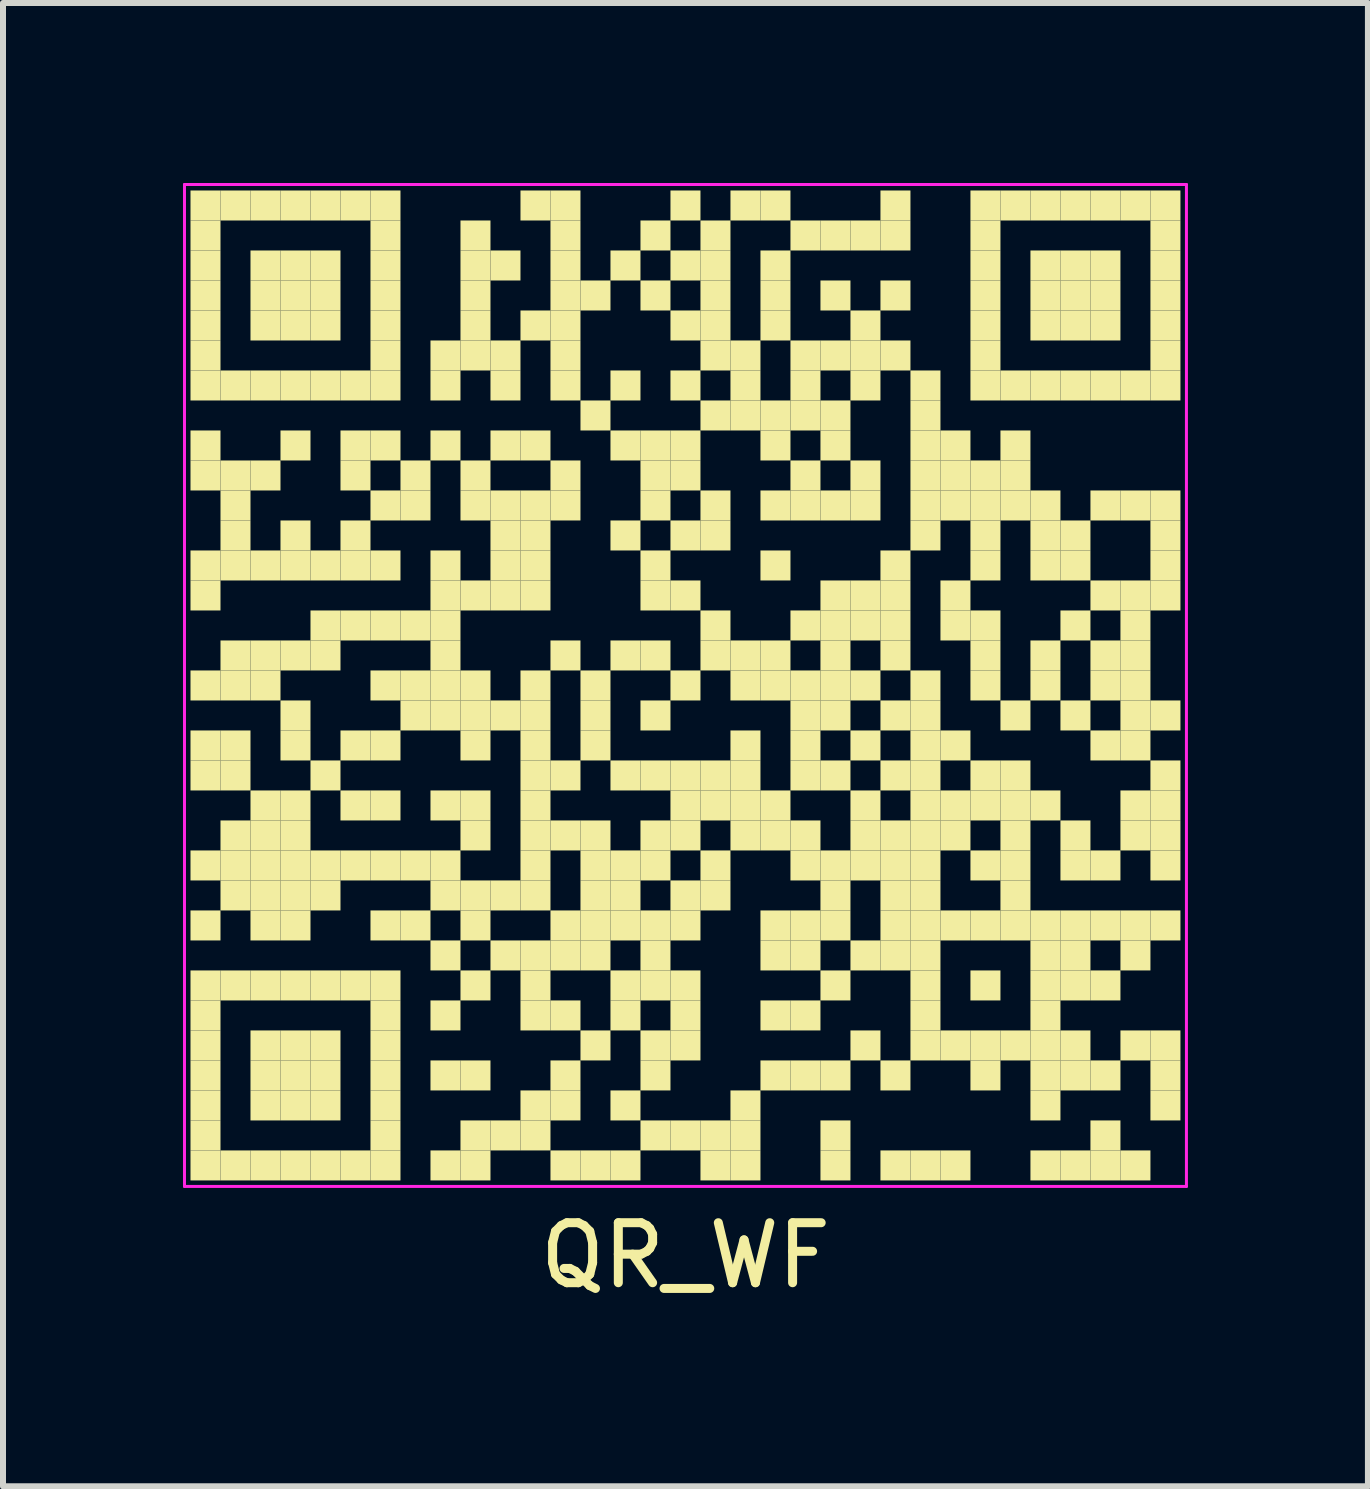
<source format=kicad_pcb>
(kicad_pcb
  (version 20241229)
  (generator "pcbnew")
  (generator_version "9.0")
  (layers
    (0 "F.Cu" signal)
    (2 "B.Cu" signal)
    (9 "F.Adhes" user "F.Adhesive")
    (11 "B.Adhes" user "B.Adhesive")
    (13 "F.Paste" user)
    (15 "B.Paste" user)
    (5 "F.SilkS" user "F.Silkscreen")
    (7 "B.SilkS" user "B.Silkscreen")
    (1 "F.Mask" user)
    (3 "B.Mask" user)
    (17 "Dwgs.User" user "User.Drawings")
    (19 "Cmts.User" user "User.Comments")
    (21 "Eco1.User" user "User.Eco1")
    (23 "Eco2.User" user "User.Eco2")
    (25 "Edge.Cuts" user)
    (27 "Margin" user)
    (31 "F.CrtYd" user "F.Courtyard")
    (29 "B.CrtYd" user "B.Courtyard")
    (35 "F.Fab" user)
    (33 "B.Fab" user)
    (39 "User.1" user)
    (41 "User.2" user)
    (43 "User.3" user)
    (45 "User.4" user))
  (footprint "QR_WF"
    (layer "F.Cu")
    (at 8.375 8.375)
    (property "Reference" "QR_WF" (at 0 9.5 0) (layer "F.SilkS") (effects (font (size 1 1) (thickness 0.15))))
    (attr through_hole)
    (fp_poly (pts (xy -7.75 -7.75) (xy -7.75 -8.25) (xy -8.25 -8.25) (xy -8.25 -7.75)) (stroke (width 0) (type solid)) (fill yes) (layer "F.SilkS"))
    (fp_poly (pts (xy -7.75 -7.25) (xy -7.75 -7.75) (xy -8.25 -7.75) (xy -8.25 -7.25)) (stroke (width 0) (type solid)) (fill yes) (layer "F.SilkS"))
    (fp_poly (pts (xy -7.75 -6.75) (xy -7.75 -7.25) (xy -8.25 -7.25) (xy -8.25 -6.75)) (stroke (width 0) (type solid)) (fill yes) (layer "F.SilkS"))
    (fp_poly (pts (xy -7.75 -6.25) (xy -7.75 -6.75) (xy -8.25 -6.75) (xy -8.25 -6.25)) (stroke (width 0) (type solid)) (fill yes) (layer "F.SilkS"))
    (fp_poly (pts (xy -7.75 -5.75) (xy -7.75 -6.25) (xy -8.25 -6.25) (xy -8.25 -5.75)) (stroke (width 0) (type solid)) (fill yes) (layer "F.SilkS"))
    (fp_poly (pts (xy -7.75 -5.25) (xy -7.75 -5.75) (xy -8.25 -5.75) (xy -8.25 -5.25)) (stroke (width 0) (type solid)) (fill yes) (layer "F.SilkS"))
    (fp_poly (pts (xy -7.75 -4.75) (xy -7.75 -5.25) (xy -8.25 -5.25) (xy -8.25 -4.75)) (stroke (width 0) (type solid)) (fill yes) (layer "F.SilkS"))
    (fp_poly (pts (xy -7.75 -3.75) (xy -7.75 -4.25) (xy -8.25 -4.25) (xy -8.25 -3.75)) (stroke (width 0) (type solid)) (fill yes) (layer "F.SilkS"))
    (fp_poly (pts (xy -7.75 -3.25) (xy -7.75 -3.75) (xy -8.25 -3.75) (xy -8.25 -3.25)) (stroke (width 0) (type solid)) (fill yes) (layer "F.SilkS"))
    (fp_poly (pts (xy -7.75 -1.75) (xy -7.75 -2.25) (xy -8.25 -2.25) (xy -8.25 -1.75)) (stroke (width 0) (type solid)) (fill yes) (layer "F.SilkS"))
    (fp_poly (pts (xy -7.75 -1.25) (xy -7.75 -1.75) (xy -8.25 -1.75) (xy -8.25 -1.25)) (stroke (width 0) (type solid)) (fill yes) (layer "F.SilkS"))
    (fp_poly (pts (xy -7.75 0.25) (xy -7.75 -0.25) (xy -8.25 -0.25) (xy -8.25 0.25)) (stroke (width 0) (type solid)) (fill yes) (layer "F.SilkS"))
    (fp_poly (pts (xy -7.75 1.25) (xy -7.75 0.75) (xy -8.25 0.75) (xy -8.25 1.25)) (stroke (width 0) (type solid)) (fill yes) (layer "F.SilkS"))
    (fp_poly (pts (xy -7.75 1.75) (xy -7.75 1.25) (xy -8.25 1.25) (xy -8.25 1.75)) (stroke (width 0) (type solid)) (fill yes) (layer "F.SilkS"))
    (fp_poly (pts (xy -7.75 3.25) (xy -7.75 2.75) (xy -8.25 2.75) (xy -8.25 3.25)) (stroke (width 0) (type solid)) (fill yes) (layer "F.SilkS"))
    (fp_poly (pts (xy -7.75 4.25) (xy -7.75 3.75) (xy -8.25 3.75) (xy -8.25 4.25)) (stroke (width 0) (type solid)) (fill yes) (layer "F.SilkS"))
    (fp_poly (pts (xy -7.75 5.25) (xy -7.75 4.75) (xy -8.25 4.75) (xy -8.25 5.25)) (stroke (width 0) (type solid)) (fill yes) (layer "F.SilkS"))
    (fp_poly (pts (xy -7.75 5.75) (xy -7.75 5.25) (xy -8.25 5.25) (xy -8.25 5.75)) (stroke (width 0) (type solid)) (fill yes) (layer "F.SilkS"))
    (fp_poly (pts (xy -7.75 6.25) (xy -7.75 5.75) (xy -8.25 5.75) (xy -8.25 6.25)) (stroke (width 0) (type solid)) (fill yes) (layer "F.SilkS"))
    (fp_poly (pts (xy -7.75 6.75) (xy -7.75 6.25) (xy -8.25 6.25) (xy -8.25 6.75)) (stroke (width 0) (type solid)) (fill yes) (layer "F.SilkS"))
    (fp_poly (pts (xy -7.75 7.25) (xy -7.75 6.75) (xy -8.25 6.75) (xy -8.25 7.25)) (stroke (width 0) (type solid)) (fill yes) (layer "F.SilkS"))
    (fp_poly (pts (xy -7.75 7.75) (xy -7.75 7.25) (xy -8.25 7.25) (xy -8.25 7.75)) (stroke (width 0) (type solid)) (fill yes) (layer "F.SilkS"))
    (fp_poly (pts (xy -7.75 8.25) (xy -7.75 7.75) (xy -8.25 7.75) (xy -8.25 8.25)) (stroke (width 0) (type solid)) (fill yes) (layer "F.SilkS"))
    (fp_poly (pts (xy -7.25 -7.75) (xy -7.25 -8.25) (xy -7.75 -8.25) (xy -7.75 -7.75)) (stroke (width 0) (type solid)) (fill yes) (layer "F.SilkS"))
    (fp_poly (pts (xy -7.25 -4.75) (xy -7.25 -5.25) (xy -7.75 -5.25) (xy -7.75 -4.75)) (stroke (width 0) (type solid)) (fill yes) (layer "F.SilkS"))
    (fp_poly (pts (xy -7.25 -3.25) (xy -7.25 -3.75) (xy -7.75 -3.75) (xy -7.75 -3.25)) (stroke (width 0) (type solid)) (fill yes) (layer "F.SilkS"))
    (fp_poly (pts (xy -7.25 -2.75) (xy -7.25 -3.25) (xy -7.75 -3.25) (xy -7.75 -2.75)) (stroke (width 0) (type solid)) (fill yes) (layer "F.SilkS"))
    (fp_poly (pts (xy -7.25 -2.25) (xy -7.25 -2.75) (xy -7.75 -2.75) (xy -7.75 -2.25)) (stroke (width 0) (type solid)) (fill yes) (layer "F.SilkS"))
    (fp_poly (pts (xy -7.25 -1.75) (xy -7.25 -2.25) (xy -7.75 -2.25) (xy -7.75 -1.75)) (stroke (width 0) (type solid)) (fill yes) (layer "F.SilkS"))
    (fp_poly (pts (xy -7.25 -0.25) (xy -7.25 -0.75) (xy -7.75 -0.75) (xy -7.75 -0.25)) (stroke (width 0) (type solid)) (fill yes) (layer "F.SilkS"))
    (fp_poly (pts (xy -7.25 0.25) (xy -7.25 -0.25) (xy -7.75 -0.25) (xy -7.75 0.25)) (stroke (width 0) (type solid)) (fill yes) (layer "F.SilkS"))
    (fp_poly (pts (xy -7.25 1.25) (xy -7.25 0.75) (xy -7.75 0.75) (xy -7.75 1.25)) (stroke (width 0) (type solid)) (fill yes) (layer "F.SilkS"))
    (fp_poly (pts (xy -7.25 1.75) (xy -7.25 1.25) (xy -7.75 1.25) (xy -7.75 1.75)) (stroke (width 0) (type solid)) (fill yes) (layer "F.SilkS"))
    (fp_poly (pts (xy -7.25 2.75) (xy -7.25 2.25) (xy -7.75 2.25) (xy -7.75 2.75)) (stroke (width 0) (type solid)) (fill yes) (layer "F.SilkS"))
    (fp_poly (pts (xy -7.25 3.25) (xy -7.25 2.75) (xy -7.75 2.75) (xy -7.75 3.25)) (stroke (width 0) (type solid)) (fill yes) (layer "F.SilkS"))
    (fp_poly (pts (xy -7.25 3.75) (xy -7.25 3.25) (xy -7.75 3.25) (xy -7.75 3.75)) (stroke (width 0) (type solid)) (fill yes) (layer "F.SilkS"))
    (fp_poly (pts (xy -7.25 5.25) (xy -7.25 4.75) (xy -7.75 4.75) (xy -7.75 5.25)) (stroke (width 0) (type solid)) (fill yes) (layer "F.SilkS"))
    (fp_poly (pts (xy -7.25 8.25) (xy -7.25 7.75) (xy -7.75 7.75) (xy -7.75 8.25)) (stroke (width 0) (type solid)) (fill yes) (layer "F.SilkS"))
    (fp_poly (pts (xy -6.75 -7.75) (xy -6.75 -8.25) (xy -7.25 -8.25) (xy -7.25 -7.75)) (stroke (width 0) (type solid)) (fill yes) (layer "F.SilkS"))
    (fp_poly (pts (xy -6.75 -6.75) (xy -6.75 -7.25) (xy -7.25 -7.25) (xy -7.25 -6.75)) (stroke (width 0) (type solid)) (fill yes) (layer "F.SilkS"))
    (fp_poly (pts (xy -6.75 -6.25) (xy -6.75 -6.75) (xy -7.25 -6.75) (xy -7.25 -6.25)) (stroke (width 0) (type solid)) (fill yes) (layer "F.SilkS"))
    (fp_poly (pts (xy -6.75 -5.75) (xy -6.75 -6.25) (xy -7.25 -6.25) (xy -7.25 -5.75)) (stroke (width 0) (type solid)) (fill yes) (layer "F.SilkS"))
    (fp_poly (pts (xy -6.75 -4.75) (xy -6.75 -5.25) (xy -7.25 -5.25) (xy -7.25 -4.75)) (stroke (width 0) (type solid)) (fill yes) (layer "F.SilkS"))
    (fp_poly (pts (xy -6.75 -3.25) (xy -6.75 -3.75) (xy -7.25 -3.75) (xy -7.25 -3.25)) (stroke (width 0) (type solid)) (fill yes) (layer "F.SilkS"))
    (fp_poly (pts (xy -6.75 -1.75) (xy -6.75 -2.25) (xy -7.25 -2.25) (xy -7.25 -1.75)) (stroke (width 0) (type solid)) (fill yes) (layer "F.SilkS"))
    (fp_poly (pts (xy -6.75 -0.25) (xy -6.75 -0.75) (xy -7.25 -0.75) (xy -7.25 -0.25)) (stroke (width 0) (type solid)) (fill yes) (layer "F.SilkS"))
    (fp_poly (pts (xy -6.75 0.25) (xy -6.75 -0.25) (xy -7.25 -0.25) (xy -7.25 0.25)) (stroke (width 0) (type solid)) (fill yes) (layer "F.SilkS"))
    (fp_poly (pts (xy -6.75 2.25) (xy -6.75 1.75) (xy -7.25 1.75) (xy -7.25 2.25)) (stroke (width 0) (type solid)) (fill yes) (layer "F.SilkS"))
    (fp_poly (pts (xy -6.75 2.75) (xy -6.75 2.25) (xy -7.25 2.25) (xy -7.25 2.75)) (stroke (width 0) (type solid)) (fill yes) (layer "F.SilkS"))
    (fp_poly (pts (xy -6.75 3.25) (xy -6.75 2.75) (xy -7.25 2.75) (xy -7.25 3.25)) (stroke (width 0) (type solid)) (fill yes) (layer "F.SilkS"))
    (fp_poly (pts (xy -6.75 3.75) (xy -6.75 3.25) (xy -7.25 3.25) (xy -7.25 3.75)) (stroke (width 0) (type solid)) (fill yes) (layer "F.SilkS"))
    (fp_poly (pts (xy -6.75 4.25) (xy -6.75 3.75) (xy -7.25 3.75) (xy -7.25 4.25)) (stroke (width 0) (type solid)) (fill yes) (layer "F.SilkS"))
    (fp_poly (pts (xy -6.75 5.25) (xy -6.75 4.75) (xy -7.25 4.75) (xy -7.25 5.25)) (stroke (width 0) (type solid)) (fill yes) (layer "F.SilkS"))
    (fp_poly (pts (xy -6.75 6.25) (xy -6.75 5.75) (xy -7.25 5.75) (xy -7.25 6.25)) (stroke (width 0) (type solid)) (fill yes) (layer "F.SilkS"))
    (fp_poly (pts (xy -6.75 6.75) (xy -6.75 6.25) (xy -7.25 6.25) (xy -7.25 6.75)) (stroke (width 0) (type solid)) (fill yes) (layer "F.SilkS"))
    (fp_poly (pts (xy -6.75 7.25) (xy -6.75 6.75) (xy -7.25 6.75) (xy -7.25 7.25)) (stroke (width 0) (type solid)) (fill yes) (layer "F.SilkS"))
    (fp_poly (pts (xy -6.75 8.25) (xy -6.75 7.75) (xy -7.25 7.75) (xy -7.25 8.25)) (stroke (width 0) (type solid)) (fill yes) (layer "F.SilkS"))
    (fp_poly (pts (xy -6.25 -7.75) (xy -6.25 -8.25) (xy -6.75 -8.25) (xy -6.75 -7.75)) (stroke (width 0) (type solid)) (fill yes) (layer "F.SilkS"))
    (fp_poly (pts (xy -6.25 -6.75) (xy -6.25 -7.25) (xy -6.75 -7.25) (xy -6.75 -6.75)) (stroke (width 0) (type solid)) (fill yes) (layer "F.SilkS"))
    (fp_poly (pts (xy -6.25 -6.25) (xy -6.25 -6.75) (xy -6.75 -6.75) (xy -6.75 -6.25)) (stroke (width 0) (type solid)) (fill yes) (layer "F.SilkS"))
    (fp_poly (pts (xy -6.25 -5.75) (xy -6.25 -6.25) (xy -6.75 -6.25) (xy -6.75 -5.75)) (stroke (width 0) (type solid)) (fill yes) (layer "F.SilkS"))
    (fp_poly (pts (xy -6.25 -4.75) (xy -6.25 -5.25) (xy -6.75 -5.25) (xy -6.75 -4.75)) (stroke (width 0) (type solid)) (fill yes) (layer "F.SilkS"))
    (fp_poly (pts (xy -6.25 -3.75) (xy -6.25 -4.25) (xy -6.75 -4.25) (xy -6.75 -3.75)) (stroke (width 0) (type solid)) (fill yes) (layer "F.SilkS"))
    (fp_poly (pts (xy -6.25 -2.25) (xy -6.25 -2.75) (xy -6.75 -2.75) (xy -6.75 -2.25)) (stroke (width 0) (type solid)) (fill yes) (layer "F.SilkS"))
    (fp_poly (pts (xy -6.25 -1.75) (xy -6.25 -2.25) (xy -6.75 -2.25) (xy -6.75 -1.75)) (stroke (width 0) (type solid)) (fill yes) (layer "F.SilkS"))
    (fp_poly (pts (xy -6.25 -0.25) (xy -6.25 -0.75) (xy -6.75 -0.75) (xy -6.75 -0.25)) (stroke (width 0) (type solid)) (fill yes) (layer "F.SilkS"))
    (fp_poly (pts (xy -6.25 0.75) (xy -6.25 0.25) (xy -6.75 0.25) (xy -6.75 0.75)) (stroke (width 0) (type solid)) (fill yes) (layer "F.SilkS"))
    (fp_poly (pts (xy -6.25 1.25) (xy -6.25 0.75) (xy -6.75 0.75) (xy -6.75 1.25)) (stroke (width 0) (type solid)) (fill yes) (layer "F.SilkS"))
    (fp_poly (pts (xy -6.25 2.25) (xy -6.25 1.75) (xy -6.75 1.75) (xy -6.75 2.25)) (stroke (width 0) (type solid)) (fill yes) (layer "F.SilkS"))
    (fp_poly (pts (xy -6.25 2.75) (xy -6.25 2.25) (xy -6.75 2.25) (xy -6.75 2.75)) (stroke (width 0) (type solid)) (fill yes) (layer "F.SilkS"))
    (fp_poly (pts (xy -6.25 3.25) (xy -6.25 2.75) (xy -6.75 2.75) (xy -6.75 3.25)) (stroke (width 0) (type solid)) (fill yes) (layer "F.SilkS"))
    (fp_poly (pts (xy -6.25 3.75) (xy -6.25 3.25) (xy -6.75 3.25) (xy -6.75 3.75)) (stroke (width 0) (type solid)) (fill yes) (layer "F.SilkS"))
    (fp_poly (pts (xy -6.25 4.25) (xy -6.25 3.75) (xy -6.75 3.75) (xy -6.75 4.25)) (stroke (width 0) (type solid)) (fill yes) (layer "F.SilkS"))
    (fp_poly (pts (xy -6.25 5.25) (xy -6.25 4.75) (xy -6.75 4.75) (xy -6.75 5.25)) (stroke (width 0) (type solid)) (fill yes) (layer "F.SilkS"))
    (fp_poly (pts (xy -6.25 6.25) (xy -6.25 5.75) (xy -6.75 5.75) (xy -6.75 6.25)) (stroke (width 0) (type solid)) (fill yes) (layer "F.SilkS"))
    (fp_poly (pts (xy -6.25 6.75) (xy -6.25 6.25) (xy -6.75 6.25) (xy -6.75 6.75)) (stroke (width 0) (type solid)) (fill yes) (layer "F.SilkS"))
    (fp_poly (pts (xy -6.25 7.25) (xy -6.25 6.75) (xy -6.75 6.75) (xy -6.75 7.25)) (stroke (width 0) (type solid)) (fill yes) (layer "F.SilkS"))
    (fp_poly (pts (xy -6.25 8.25) (xy -6.25 7.75) (xy -6.75 7.75) (xy -6.75 8.25)) (stroke (width 0) (type solid)) (fill yes) (layer "F.SilkS"))
    (fp_poly (pts (xy -5.75 -7.75) (xy -5.75 -8.25) (xy -6.25 -8.25) (xy -6.25 -7.75)) (stroke (width 0) (type solid)) (fill yes) (layer "F.SilkS"))
    (fp_poly (pts (xy -5.75 -6.75) (xy -5.75 -7.25) (xy -6.25 -7.25) (xy -6.25 -6.75)) (stroke (width 0) (type solid)) (fill yes) (layer "F.SilkS"))
    (fp_poly (pts (xy -5.75 -6.25) (xy -5.75 -6.75) (xy -6.25 -6.75) (xy -6.25 -6.25)) (stroke (width 0) (type solid)) (fill yes) (layer "F.SilkS"))
    (fp_poly (pts (xy -5.75 -5.75) (xy -5.75 -6.25) (xy -6.25 -6.25) (xy -6.25 -5.75)) (stroke (width 0) (type solid)) (fill yes) (layer "F.SilkS"))
    (fp_poly (pts (xy -5.75 -4.75) (xy -5.75 -5.25) (xy -6.25 -5.25) (xy -6.25 -4.75)) (stroke (width 0) (type solid)) (fill yes) (layer "F.SilkS"))
    (fp_poly (pts (xy -5.75 -1.75) (xy -5.75 -2.25) (xy -6.25 -2.25) (xy -6.25 -1.75)) (stroke (width 0) (type solid)) (fill yes) (layer "F.SilkS"))
    (fp_poly (pts (xy -5.75 -0.75) (xy -5.75 -1.25) (xy -6.25 -1.25) (xy -6.25 -0.75)) (stroke (width 0) (type solid)) (fill yes) (layer "F.SilkS"))
    (fp_poly (pts (xy -5.75 -0.25) (xy -5.75 -0.75) (xy -6.25 -0.75) (xy -6.25 -0.25)) (stroke (width 0) (type solid)) (fill yes) (layer "F.SilkS"))
    (fp_poly (pts (xy -5.75 1.75) (xy -5.75 1.25) (xy -6.25 1.25) (xy -6.25 1.75)) (stroke (width 0) (type solid)) (fill yes) (layer "F.SilkS"))
    (fp_poly (pts (xy -5.75 3.25) (xy -5.75 2.75) (xy -6.25 2.75) (xy -6.25 3.25)) (stroke (width 0) (type solid)) (fill yes) (layer "F.SilkS"))
    (fp_poly (pts (xy -5.75 3.75) (xy -5.75 3.25) (xy -6.25 3.25) (xy -6.25 3.75)) (stroke (width 0) (type solid)) (fill yes) (layer "F.SilkS"))
    (fp_poly (pts (xy -5.75 5.25) (xy -5.75 4.75) (xy -6.25 4.75) (xy -6.25 5.25)) (stroke (width 0) (type solid)) (fill yes) (layer "F.SilkS"))
    (fp_poly (pts (xy -5.75 6.25) (xy -5.75 5.75) (xy -6.25 5.75) (xy -6.25 6.25)) (stroke (width 0) (type solid)) (fill yes) (layer "F.SilkS"))
    (fp_poly (pts (xy -5.75 6.75) (xy -5.75 6.25) (xy -6.25 6.25) (xy -6.25 6.75)) (stroke (width 0) (type solid)) (fill yes) (layer "F.SilkS"))
    (fp_poly (pts (xy -5.75 7.25) (xy -5.75 6.75) (xy -6.25 6.75) (xy -6.25 7.25)) (stroke (width 0) (type solid)) (fill yes) (layer "F.SilkS"))
    (fp_poly (pts (xy -5.75 8.25) (xy -5.75 7.75) (xy -6.25 7.75) (xy -6.25 8.25)) (stroke (width 0) (type solid)) (fill yes) (layer "F.SilkS"))
    (fp_poly (pts (xy -5.25 -7.75) (xy -5.25 -8.25) (xy -5.75 -8.25) (xy -5.75 -7.75)) (stroke (width 0) (type solid)) (fill yes) (layer "F.SilkS"))
    (fp_poly (pts (xy -5.25 -4.75) (xy -5.25 -5.25) (xy -5.75 -5.25) (xy -5.75 -4.75)) (stroke (width 0) (type solid)) (fill yes) (layer "F.SilkS"))
    (fp_poly (pts (xy -5.25 -3.75) (xy -5.25 -4.25) (xy -5.75 -4.25) (xy -5.75 -3.75)) (stroke (width 0) (type solid)) (fill yes) (layer "F.SilkS"))
    (fp_poly (pts (xy -5.25 -3.25) (xy -5.25 -3.75) (xy -5.75 -3.75) (xy -5.75 -3.25)) (stroke (width 0) (type solid)) (fill yes) (layer "F.SilkS"))
    (fp_poly (pts (xy -5.25 -2.25) (xy -5.25 -2.75) (xy -5.75 -2.75) (xy -5.75 -2.25)) (stroke (width 0) (type solid)) (fill yes) (layer "F.SilkS"))
    (fp_poly (pts (xy -5.25 -1.75) (xy -5.25 -2.25) (xy -5.75 -2.25) (xy -5.75 -1.75)) (stroke (width 0) (type solid)) (fill yes) (layer "F.SilkS"))
    (fp_poly (pts (xy -5.25 -0.75) (xy -5.25 -1.25) (xy -5.75 -1.25) (xy -5.75 -0.75)) (stroke (width 0) (type solid)) (fill yes) (layer "F.SilkS"))
    (fp_poly (pts (xy -5.25 1.25) (xy -5.25 0.75) (xy -5.75 0.75) (xy -5.75 1.25)) (stroke (width 0) (type solid)) (fill yes) (layer "F.SilkS"))
    (fp_poly (pts (xy -5.25 2.25) (xy -5.25 1.75) (xy -5.75 1.75) (xy -5.75 2.25)) (stroke (width 0) (type solid)) (fill yes) (layer "F.SilkS"))
    (fp_poly (pts (xy -5.25 3.25) (xy -5.25 2.75) (xy -5.75 2.75) (xy -5.75 3.25)) (stroke (width 0) (type solid)) (fill yes) (layer "F.SilkS"))
    (fp_poly (pts (xy -5.25 5.25) (xy -5.25 4.75) (xy -5.75 4.75) (xy -5.75 5.25)) (stroke (width 0) (type solid)) (fill yes) (layer "F.SilkS"))
    (fp_poly (pts (xy -5.25 8.25) (xy -5.25 7.75) (xy -5.75 7.75) (xy -5.75 8.25)) (stroke (width 0) (type solid)) (fill yes) (layer "F.SilkS"))
    (fp_poly (pts (xy -4.75 -7.75) (xy -4.75 -8.25) (xy -5.25 -8.25) (xy -5.25 -7.75)) (stroke (width 0) (type solid)) (fill yes) (layer "F.SilkS"))
    (fp_poly (pts (xy -4.75 -7.25) (xy -4.75 -7.75) (xy -5.25 -7.75) (xy -5.25 -7.25)) (stroke (width 0) (type solid)) (fill yes) (layer "F.SilkS"))
    (fp_poly (pts (xy -4.75 -6.75) (xy -4.75 -7.25) (xy -5.25 -7.25) (xy -5.25 -6.75)) (stroke (width 0) (type solid)) (fill yes) (layer "F.SilkS"))
    (fp_poly (pts (xy -4.75 -6.25) (xy -4.75 -6.75) (xy -5.25 -6.75) (xy -5.25 -6.25)) (stroke (width 0) (type solid)) (fill yes) (layer "F.SilkS"))
    (fp_poly (pts (xy -4.75 -5.75) (xy -4.75 -6.25) (xy -5.25 -6.25) (xy -5.25 -5.75)) (stroke (width 0) (type solid)) (fill yes) (layer "F.SilkS"))
    (fp_poly (pts (xy -4.75 -5.25) (xy -4.75 -5.75) (xy -5.25 -5.75) (xy -5.25 -5.25)) (stroke (width 0) (type solid)) (fill yes) (layer "F.SilkS"))
    (fp_poly (pts (xy -4.75 -4.75) (xy -4.75 -5.25) (xy -5.25 -5.25) (xy -5.25 -4.75)) (stroke (width 0) (type solid)) (fill yes) (layer "F.SilkS"))
    (fp_poly (pts (xy -4.75 -3.75) (xy -4.75 -4.25) (xy -5.25 -4.25) (xy -5.25 -3.75)) (stroke (width 0) (type solid)) (fill yes) (layer "F.SilkS"))
    (fp_poly (pts (xy -4.75 -2.75) (xy -4.75 -3.25) (xy -5.25 -3.25) (xy -5.25 -2.75)) (stroke (width 0) (type solid)) (fill yes) (layer "F.SilkS"))
    (fp_poly (pts (xy -4.75 -1.75) (xy -4.75 -2.25) (xy -5.25 -2.25) (xy -5.25 -1.75)) (stroke (width 0) (type solid)) (fill yes) (layer "F.SilkS"))
    (fp_poly (pts (xy -4.75 -0.75) (xy -4.75 -1.25) (xy -5.25 -1.25) (xy -5.25 -0.75)) (stroke (width 0) (type solid)) (fill yes) (layer "F.SilkS"))
    (fp_poly (pts (xy -4.75 0.25) (xy -4.75 -0.25) (xy -5.25 -0.25) (xy -5.25 0.25)) (stroke (width 0) (type solid)) (fill yes) (layer "F.SilkS"))
    (fp_poly (pts (xy -4.75 1.25) (xy -4.75 0.75) (xy -5.25 0.75) (xy -5.25 1.25)) (stroke (width 0) (type solid)) (fill yes) (layer "F.SilkS"))
    (fp_poly (pts (xy -4.75 2.25) (xy -4.75 1.75) (xy -5.25 1.75) (xy -5.25 2.25)) (stroke (width 0) (type solid)) (fill yes) (layer "F.SilkS"))
    (fp_poly (pts (xy -4.75 3.25) (xy -4.75 2.75) (xy -5.25 2.75) (xy -5.25 3.25)) (stroke (width 0) (type solid)) (fill yes) (layer "F.SilkS"))
    (fp_poly (pts (xy -4.75 4.25) (xy -4.75 3.75) (xy -5.25 3.75) (xy -5.25 4.25)) (stroke (width 0) (type solid)) (fill yes) (layer "F.SilkS"))
    (fp_poly (pts (xy -4.75 5.25) (xy -4.75 4.75) (xy -5.25 4.75) (xy -5.25 5.25)) (stroke (width 0) (type solid)) (fill yes) (layer "F.SilkS"))
    (fp_poly (pts (xy -4.75 5.75) (xy -4.75 5.25) (xy -5.25 5.25) (xy -5.25 5.75)) (stroke (width 0) (type solid)) (fill yes) (layer "F.SilkS"))
    (fp_poly (pts (xy -4.75 6.25) (xy -4.75 5.75) (xy -5.25 5.75) (xy -5.25 6.25)) (stroke (width 0) (type solid)) (fill yes) (layer "F.SilkS"))
    (fp_poly (pts (xy -4.75 6.75) (xy -4.75 6.25) (xy -5.25 6.25) (xy -5.25 6.75)) (stroke (width 0) (type solid)) (fill yes) (layer "F.SilkS"))
    (fp_poly (pts (xy -4.75 7.25) (xy -4.75 6.75) (xy -5.25 6.75) (xy -5.25 7.25)) (stroke (width 0) (type solid)) (fill yes) (layer "F.SilkS"))
    (fp_poly (pts (xy -4.75 7.75) (xy -4.75 7.25) (xy -5.25 7.25) (xy -5.25 7.75)) (stroke (width 0) (type solid)) (fill yes) (layer "F.SilkS"))
    (fp_poly (pts (xy -4.75 8.25) (xy -4.75 7.75) (xy -5.25 7.75) (xy -5.25 8.25)) (stroke (width 0) (type solid)) (fill yes) (layer "F.SilkS"))
    (fp_poly (pts (xy -4.25 -3.25) (xy -4.25 -3.75) (xy -4.75 -3.75) (xy -4.75 -3.25)) (stroke (width 0) (type solid)) (fill yes) (layer "F.SilkS"))
    (fp_poly (pts (xy -4.25 -2.75) (xy -4.25 -3.25) (xy -4.75 -3.25) (xy -4.75 -2.75)) (stroke (width 0) (type solid)) (fill yes) (layer "F.SilkS"))
    (fp_poly (pts (xy -4.25 -0.75) (xy -4.25 -1.25) (xy -4.75 -1.25) (xy -4.75 -0.75)) (stroke (width 0) (type solid)) (fill yes) (layer "F.SilkS"))
    (fp_poly (pts (xy -4.25 0.25) (xy -4.25 -0.25) (xy -4.75 -0.25) (xy -4.75 0.25)) (stroke (width 0) (type solid)) (fill yes) (layer "F.SilkS"))
    (fp_poly (pts (xy -4.25 0.75) (xy -4.25 0.25) (xy -4.75 0.25) (xy -4.75 0.75)) (stroke (width 0) (type solid)) (fill yes) (layer "F.SilkS"))
    (fp_poly (pts (xy -4.25 3.25) (xy -4.25 2.75) (xy -4.75 2.75) (xy -4.75 3.25)) (stroke (width 0) (type solid)) (fill yes) (layer "F.SilkS"))
    (fp_poly (pts (xy -4.25 4.25) (xy -4.25 3.75) (xy -4.75 3.75) (xy -4.75 4.25)) (stroke (width 0) (type solid)) (fill yes) (layer "F.SilkS"))
    (fp_poly (pts (xy -3.75 -5.25) (xy -3.75 -5.75) (xy -4.25 -5.75) (xy -4.25 -5.25)) (stroke (width 0) (type solid)) (fill yes) (layer "F.SilkS"))
    (fp_poly (pts (xy -3.75 -4.75) (xy -3.75 -5.25) (xy -4.25 -5.25) (xy -4.25 -4.75)) (stroke (width 0) (type solid)) (fill yes) (layer "F.SilkS"))
    (fp_poly (pts (xy -3.75 -3.75) (xy -3.75 -4.25) (xy -4.25 -4.25) (xy -4.25 -3.75)) (stroke (width 0) (type solid)) (fill yes) (layer "F.SilkS"))
    (fp_poly (pts (xy -3.75 -1.75) (xy -3.75 -2.25) (xy -4.25 -2.25) (xy -4.25 -1.75)) (stroke (width 0) (type solid)) (fill yes) (layer "F.SilkS"))
    (fp_poly (pts (xy -3.75 -1.25) (xy -3.75 -1.75) (xy -4.25 -1.75) (xy -4.25 -1.25)) (stroke (width 0) (type solid)) (fill yes) (layer "F.SilkS"))
    (fp_poly (pts (xy -3.75 -0.75) (xy -3.75 -1.25) (xy -4.25 -1.25) (xy -4.25 -0.75)) (stroke (width 0) (type solid)) (fill yes) (layer "F.SilkS"))
    (fp_poly (pts (xy -3.75 -0.25) (xy -3.75 -0.75) (xy -4.25 -0.75) (xy -4.25 -0.25)) (stroke (width 0) (type solid)) (fill yes) (layer "F.SilkS"))
    (fp_poly (pts (xy -3.75 0.25) (xy -3.75 -0.25) (xy -4.25 -0.25) (xy -4.25 0.25)) (stroke (width 0) (type solid)) (fill yes) (layer "F.SilkS"))
    (fp_poly (pts (xy -3.75 0.75) (xy -3.75 0.25) (xy -4.25 0.25) (xy -4.25 0.75)) (stroke (width 0) (type solid)) (fill yes) (layer "F.SilkS"))
    (fp_poly (pts (xy -3.75 2.25) (xy -3.75 1.75) (xy -4.25 1.75) (xy -4.25 2.25)) (stroke (width 0) (type solid)) (fill yes) (layer "F.SilkS"))
    (fp_poly (pts (xy -3.75 3.25) (xy -3.75 2.75) (xy -4.25 2.75) (xy -4.25 3.25)) (stroke (width 0) (type solid)) (fill yes) (layer "F.SilkS"))
    (fp_poly (pts (xy -3.75 3.75) (xy -3.75 3.25) (xy -4.25 3.25) (xy -4.25 3.75)) (stroke (width 0) (type solid)) (fill yes) (layer "F.SilkS"))
    (fp_poly (pts (xy -3.75 4.75) (xy -3.75 4.25) (xy -4.25 4.25) (xy -4.25 4.75)) (stroke (width 0) (type solid)) (fill yes) (layer "F.SilkS"))
    (fp_poly (pts (xy -3.75 5.75) (xy -3.75 5.25) (xy -4.25 5.25) (xy -4.25 5.75)) (stroke (width 0) (type solid)) (fill yes) (layer "F.SilkS"))
    (fp_poly (pts (xy -3.75 6.75) (xy -3.75 6.25) (xy -4.25 6.25) (xy -4.25 6.75)) (stroke (width 0) (type solid)) (fill yes) (layer "F.SilkS"))
    (fp_poly (pts (xy -3.75 8.25) (xy -3.75 7.75) (xy -4.25 7.75) (xy -4.25 8.25)) (stroke (width 0) (type solid)) (fill yes) (layer "F.SilkS"))
    (fp_poly (pts (xy -3.25 -7.25) (xy -3.25 -7.75) (xy -3.75 -7.75) (xy -3.75 -7.25)) (stroke (width 0) (type solid)) (fill yes) (layer "F.SilkS"))
    (fp_poly (pts (xy -3.25 -6.75) (xy -3.25 -7.25) (xy -3.75 -7.25) (xy -3.75 -6.75)) (stroke (width 0) (type solid)) (fill yes) (layer "F.SilkS"))
    (fp_poly (pts (xy -3.25 -6.25) (xy -3.25 -6.75) (xy -3.75 -6.75) (xy -3.75 -6.25)) (stroke (width 0) (type solid)) (fill yes) (layer "F.SilkS"))
    (fp_poly (pts (xy -3.25 -5.75) (xy -3.25 -6.25) (xy -3.75 -6.25) (xy -3.75 -5.75)) (stroke (width 0) (type solid)) (fill yes) (layer "F.SilkS"))
    (fp_poly (pts (xy -3.25 -5.25) (xy -3.25 -5.75) (xy -3.75 -5.75) (xy -3.75 -5.25)) (stroke (width 0) (type solid)) (fill yes) (layer "F.SilkS"))
    (fp_poly (pts (xy -3.25 -3.25) (xy -3.25 -3.75) (xy -3.75 -3.75) (xy -3.75 -3.25)) (stroke (width 0) (type solid)) (fill yes) (layer "F.SilkS"))
    (fp_poly (pts (xy -3.25 -2.75) (xy -3.25 -3.25) (xy -3.75 -3.25) (xy -3.75 -2.75)) (stroke (width 0) (type solid)) (fill yes) (layer "F.SilkS"))
    (fp_poly (pts (xy -3.25 -1.25) (xy -3.25 -1.75) (xy -3.75 -1.75) (xy -3.75 -1.25)) (stroke (width 0) (type solid)) (fill yes) (layer "F.SilkS"))
    (fp_poly (pts (xy -3.25 0.25) (xy -3.25 -0.25) (xy -3.75 -0.25) (xy -3.75 0.25)) (stroke (width 0) (type solid)) (fill yes) (layer "F.SilkS"))
    (fp_poly (pts (xy -3.25 0.75) (xy -3.25 0.25) (xy -3.75 0.25) (xy -3.75 0.75)) (stroke (width 0) (type solid)) (fill yes) (layer "F.SilkS"))
    (fp_poly (pts (xy -3.25 1.25) (xy -3.25 0.75) (xy -3.75 0.75) (xy -3.75 1.25)) (stroke (width 0) (type solid)) (fill yes) (layer "F.SilkS"))
    (fp_poly (pts (xy -3.25 2.25) (xy -3.25 1.75) (xy -3.75 1.75) (xy -3.75 2.25)) (stroke (width 0) (type solid)) (fill yes) (layer "F.SilkS"))
    (fp_poly (pts (xy -3.25 2.75) (xy -3.25 2.25) (xy -3.75 2.25) (xy -3.75 2.75)) (stroke (width 0) (type solid)) (fill yes) (layer "F.SilkS"))
    (fp_poly (pts (xy -3.25 3.75) (xy -3.25 3.25) (xy -3.75 3.25) (xy -3.75 3.75)) (stroke (width 0) (type solid)) (fill yes) (layer "F.SilkS"))
    (fp_poly (pts (xy -3.25 4.25) (xy -3.25 3.75) (xy -3.75 3.75) (xy -3.75 4.25)) (stroke (width 0) (type solid)) (fill yes) (layer "F.SilkS"))
    (fp_poly (pts (xy -3.25 5.25) (xy -3.25 4.75) (xy -3.75 4.75) (xy -3.75 5.25)) (stroke (width 0) (type solid)) (fill yes) (layer "F.SilkS"))
    (fp_poly (pts (xy -3.25 6.75) (xy -3.25 6.25) (xy -3.75 6.25) (xy -3.75 6.75)) (stroke (width 0) (type solid)) (fill yes) (layer "F.SilkS"))
    (fp_poly (pts (xy -3.25 7.75) (xy -3.25 7.25) (xy -3.75 7.25) (xy -3.75 7.75)) (stroke (width 0) (type solid)) (fill yes) (layer "F.SilkS"))
    (fp_poly (pts (xy -3.25 8.25) (xy -3.25 7.75) (xy -3.75 7.75) (xy -3.75 8.25)) (stroke (width 0) (type solid)) (fill yes) (layer "F.SilkS"))
    (fp_poly (pts (xy -2.75 -6.75) (xy -2.75 -7.25) (xy -3.25 -7.25) (xy -3.25 -6.75)) (stroke (width 0) (type solid)) (fill yes) (layer "F.SilkS"))
    (fp_poly (pts (xy -2.75 -5.25) (xy -2.75 -5.75) (xy -3.25 -5.75) (xy -3.25 -5.25)) (stroke (width 0) (type solid)) (fill yes) (layer "F.SilkS"))
    (fp_poly (pts (xy -2.75 -4.75) (xy -2.75 -5.25) (xy -3.25 -5.25) (xy -3.25 -4.75)) (stroke (width 0) (type solid)) (fill yes) (layer "F.SilkS"))
    (fp_poly (pts (xy -2.75 -3.75) (xy -2.75 -4.25) (xy -3.25 -4.25) (xy -3.25 -3.75)) (stroke (width 0) (type solid)) (fill yes) (layer "F.SilkS"))
    (fp_poly (pts (xy -2.75 -2.75) (xy -2.75 -3.25) (xy -3.25 -3.25) (xy -3.25 -2.75)) (stroke (width 0) (type solid)) (fill yes) (layer "F.SilkS"))
    (fp_poly (pts (xy -2.75 -2.25) (xy -2.75 -2.75) (xy -3.25 -2.75) (xy -3.25 -2.25)) (stroke (width 0) (type solid)) (fill yes) (layer "F.SilkS"))
    (fp_poly (pts (xy -2.75 -1.75) (xy -2.75 -2.25) (xy -3.25 -2.25) (xy -3.25 -1.75)) (stroke (width 0) (type solid)) (fill yes) (layer "F.SilkS"))
    (fp_poly (pts (xy -2.75 -1.25) (xy -2.75 -1.75) (xy -3.25 -1.75) (xy -3.25 -1.25)) (stroke (width 0) (type solid)) (fill yes) (layer "F.SilkS"))
    (fp_poly (pts (xy -2.75 0.75) (xy -2.75 0.25) (xy -3.25 0.25) (xy -3.25 0.75)) (stroke (width 0) (type solid)) (fill yes) (layer "F.SilkS"))
    (fp_poly (pts (xy -2.75 3.75) (xy -2.75 3.25) (xy -3.25 3.25) (xy -3.25 3.75)) (stroke (width 0) (type solid)) (fill yes) (layer "F.SilkS"))
    (fp_poly (pts (xy -2.75 4.75) (xy -2.75 4.25) (xy -3.25 4.25) (xy -3.25 4.75)) (stroke (width 0) (type solid)) (fill yes) (layer "F.SilkS"))
    (fp_poly (pts (xy -2.75 7.75) (xy -2.75 7.25) (xy -3.25 7.25) (xy -3.25 7.75)) (stroke (width 0) (type solid)) (fill yes) (layer "F.SilkS"))
    (fp_poly (pts (xy -2.25 -7.75) (xy -2.25 -8.25) (xy -2.75 -8.25) (xy -2.75 -7.75)) (stroke (width 0) (type solid)) (fill yes) (layer "F.SilkS"))
    (fp_poly (pts (xy -2.25 -5.75) (xy -2.25 -6.25) (xy -2.75 -6.25) (xy -2.75 -5.75)) (stroke (width 0) (type solid)) (fill yes) (layer "F.SilkS"))
    (fp_poly (pts (xy -2.25 -3.75) (xy -2.25 -4.25) (xy -2.75 -4.25) (xy -2.75 -3.75)) (stroke (width 0) (type solid)) (fill yes) (layer "F.SilkS"))
    (fp_poly (pts (xy -2.25 -2.75) (xy -2.25 -3.25) (xy -2.75 -3.25) (xy -2.75 -2.75)) (stroke (width 0) (type solid)) (fill yes) (layer "F.SilkS"))
    (fp_poly (pts (xy -2.25 -2.25) (xy -2.25 -2.75) (xy -2.75 -2.75) (xy -2.75 -2.25)) (stroke (width 0) (type solid)) (fill yes) (layer "F.SilkS"))
    (fp_poly (pts (xy -2.25 -1.75) (xy -2.25 -2.25) (xy -2.75 -2.25) (xy -2.75 -1.75)) (stroke (width 0) (type solid)) (fill yes) (layer "F.SilkS"))
    (fp_poly (pts (xy -2.25 -1.25) (xy -2.25 -1.75) (xy -2.75 -1.75) (xy -2.75 -1.25)) (stroke (width 0) (type solid)) (fill yes) (layer "F.SilkS"))
    (fp_poly (pts (xy -2.25 0.25) (xy -2.25 -0.25) (xy -2.75 -0.25) (xy -2.75 0.25)) (stroke (width 0) (type solid)) (fill yes) (layer "F.SilkS"))
    (fp_poly (pts (xy -2.25 0.75) (xy -2.25 0.25) (xy -2.75 0.25) (xy -2.75 0.75)) (stroke (width 0) (type solid)) (fill yes) (layer "F.SilkS"))
    (fp_poly (pts (xy -2.25 1.25) (xy -2.25 0.75) (xy -2.75 0.75) (xy -2.75 1.25)) (stroke (width 0) (type solid)) (fill yes) (layer "F.SilkS"))
    (fp_poly (pts (xy -2.25 1.75) (xy -2.25 1.25) (xy -2.75 1.25) (xy -2.75 1.75)) (stroke (width 0) (type solid)) (fill yes) (layer "F.SilkS"))
    (fp_poly (pts (xy -2.25 2.25) (xy -2.25 1.75) (xy -2.75 1.75) (xy -2.75 2.25)) (stroke (width 0) (type solid)) (fill yes) (layer "F.SilkS"))
    (fp_poly (pts (xy -2.25 2.75) (xy -2.25 2.25) (xy -2.75 2.25) (xy -2.75 2.75)) (stroke (width 0) (type solid)) (fill yes) (layer "F.SilkS"))
    (fp_poly (pts (xy -2.25 3.25) (xy -2.25 2.75) (xy -2.75 2.75) (xy -2.75 3.25)) (stroke (width 0) (type solid)) (fill yes) (layer "F.SilkS"))
    (fp_poly (pts (xy -2.25 3.75) (xy -2.25 3.25) (xy -2.75 3.25) (xy -2.75 3.75)) (stroke (width 0) (type solid)) (fill yes) (layer "F.SilkS"))
    (fp_poly (pts (xy -2.25 4.75) (xy -2.25 4.25) (xy -2.75 4.25) (xy -2.75 4.75)) (stroke (width 0) (type solid)) (fill yes) (layer "F.SilkS"))
    (fp_poly (pts (xy -2.25 5.25) (xy -2.25 4.75) (xy -2.75 4.75) (xy -2.75 5.25)) (stroke (width 0) (type solid)) (fill yes) (layer "F.SilkS"))
    (fp_poly (pts (xy -2.25 5.75) (xy -2.25 5.25) (xy -2.75 5.25) (xy -2.75 5.75)) (stroke (width 0) (type solid)) (fill yes) (layer "F.SilkS"))
    (fp_poly (pts (xy -2.25 7.25) (xy -2.25 6.75) (xy -2.75 6.75) (xy -2.75 7.25)) (stroke (width 0) (type solid)) (fill yes) (layer "F.SilkS"))
    (fp_poly (pts (xy -2.25 7.75) (xy -2.25 7.25) (xy -2.75 7.25) (xy -2.75 7.75)) (stroke (width 0) (type solid)) (fill yes) (layer "F.SilkS"))
    (fp_poly (pts (xy -1.75 -7.75) (xy -1.75 -8.25) (xy -2.25 -8.25) (xy -2.25 -7.75)) (stroke (width 0) (type solid)) (fill yes) (layer "F.SilkS"))
    (fp_poly (pts (xy -1.75 -7.25) (xy -1.75 -7.75) (xy -2.25 -7.75) (xy -2.25 -7.25)) (stroke (width 0) (type solid)) (fill yes) (layer "F.SilkS"))
    (fp_poly (pts (xy -1.75 -6.75) (xy -1.75 -7.25) (xy -2.25 -7.25) (xy -2.25 -6.75)) (stroke (width 0) (type solid)) (fill yes) (layer "F.SilkS"))
    (fp_poly (pts (xy -1.75 -6.25) (xy -1.75 -6.75) (xy -2.25 -6.75) (xy -2.25 -6.25)) (stroke (width 0) (type solid)) (fill yes) (layer "F.SilkS"))
    (fp_poly (pts (xy -1.75 -5.75) (xy -1.75 -6.25) (xy -2.25 -6.25) (xy -2.25 -5.75)) (stroke (width 0) (type solid)) (fill yes) (layer "F.SilkS"))
    (fp_poly (pts (xy -1.75 -5.25) (xy -1.75 -5.75) (xy -2.25 -5.75) (xy -2.25 -5.25)) (stroke (width 0) (type solid)) (fill yes) (layer "F.SilkS"))
    (fp_poly (pts (xy -1.75 -4.75) (xy -1.75 -5.25) (xy -2.25 -5.25) (xy -2.25 -4.75)) (stroke (width 0) (type solid)) (fill yes) (layer "F.SilkS"))
    (fp_poly (pts (xy -1.75 -3.25) (xy -1.75 -3.75) (xy -2.25 -3.75) (xy -2.25 -3.25)) (stroke (width 0) (type solid)) (fill yes) (layer "F.SilkS"))
    (fp_poly (pts (xy -1.75 -2.75) (xy -1.75 -3.25) (xy -2.25 -3.25) (xy -2.25 -2.75)) (stroke (width 0) (type solid)) (fill yes) (layer "F.SilkS"))
    (fp_poly (pts (xy -1.75 -0.25) (xy -1.75 -0.75) (xy -2.25 -0.75) (xy -2.25 -0.25)) (stroke (width 0) (type solid)) (fill yes) (layer "F.SilkS"))
    (fp_poly (pts (xy -1.75 1.75) (xy -1.75 1.25) (xy -2.25 1.25) (xy -2.25 1.75)) (stroke (width 0) (type solid)) (fill yes) (layer "F.SilkS"))
    (fp_poly (pts (xy -1.75 2.75) (xy -1.75 2.25) (xy -2.25 2.25) (xy -2.25 2.75)) (stroke (width 0) (type solid)) (fill yes) (layer "F.SilkS"))
    (fp_poly (pts (xy -1.75 4.25) (xy -1.75 3.75) (xy -2.25 3.75) (xy -2.25 4.25)) (stroke (width 0) (type solid)) (fill yes) (layer "F.SilkS"))
    (fp_poly (pts (xy -1.75 4.75) (xy -1.75 4.25) (xy -2.25 4.25) (xy -2.25 4.75)) (stroke (width 0) (type solid)) (fill yes) (layer "F.SilkS"))
    (fp_poly (pts (xy -1.75 5.75) (xy -1.75 5.25) (xy -2.25 5.25) (xy -2.25 5.75)) (stroke (width 0) (type solid)) (fill yes) (layer "F.SilkS"))
    (fp_poly (pts (xy -1.75 6.75) (xy -1.75 6.25) (xy -2.25 6.25) (xy -2.25 6.75)) (stroke (width 0) (type solid)) (fill yes) (layer "F.SilkS"))
    (fp_poly (pts (xy -1.75 7.25) (xy -1.75 6.75) (xy -2.25 6.75) (xy -2.25 7.25)) (stroke (width 0) (type solid)) (fill yes) (layer "F.SilkS"))
    (fp_poly (pts (xy -1.75 8.25) (xy -1.75 7.75) (xy -2.25 7.75) (xy -2.25 8.25)) (stroke (width 0) (type solid)) (fill yes) (layer "F.SilkS"))
    (fp_poly (pts (xy -1.25 -6.25) (xy -1.25 -6.75) (xy -1.75 -6.75) (xy -1.75 -6.25)) (stroke (width 0) (type solid)) (fill yes) (layer "F.SilkS"))
    (fp_poly (pts (xy -1.25 -4.25) (xy -1.25 -4.75) (xy -1.75 -4.75) (xy -1.75 -4.25)) (stroke (width 0) (type solid)) (fill yes) (layer "F.SilkS"))
    (fp_poly (pts (xy -1.25 0.25) (xy -1.25 -0.25) (xy -1.75 -0.25) (xy -1.75 0.25)) (stroke (width 0) (type solid)) (fill yes) (layer "F.SilkS"))
    (fp_poly (pts (xy -1.25 0.75) (xy -1.25 0.25) (xy -1.75 0.25) (xy -1.75 0.75)) (stroke (width 0) (type solid)) (fill yes) (layer "F.SilkS"))
    (fp_poly (pts (xy -1.25 1.25) (xy -1.25 0.75) (xy -1.75 0.75) (xy -1.75 1.25)) (stroke (width 0) (type solid)) (fill yes) (layer "F.SilkS"))
    (fp_poly (pts (xy -1.25 2.75) (xy -1.25 2.25) (xy -1.75 2.25) (xy -1.75 2.75)) (stroke (width 0) (type solid)) (fill yes) (layer "F.SilkS"))
    (fp_poly (pts (xy -1.25 3.25) (xy -1.25 2.75) (xy -1.75 2.75) (xy -1.75 3.25)) (stroke (width 0) (type solid)) (fill yes) (layer "F.SilkS"))
    (fp_poly (pts (xy -1.25 3.75) (xy -1.25 3.25) (xy -1.75 3.25) (xy -1.75 3.75)) (stroke (width 0) (type solid)) (fill yes) (layer "F.SilkS"))
    (fp_poly (pts (xy -1.25 4.25) (xy -1.25 3.75) (xy -1.75 3.75) (xy -1.75 4.25)) (stroke (width 0) (type solid)) (fill yes) (layer "F.SilkS"))
    (fp_poly (pts (xy -1.25 4.75) (xy -1.25 4.25) (xy -1.75 4.25) (xy -1.75 4.75)) (stroke (width 0) (type solid)) (fill yes) (layer "F.SilkS"))
    (fp_poly (pts (xy -1.25 6.25) (xy -1.25 5.75) (xy -1.75 5.75) (xy -1.75 6.25)) (stroke (width 0) (type solid)) (fill yes) (layer "F.SilkS"))
    (fp_poly (pts (xy -1.25 8.25) (xy -1.25 7.75) (xy -1.75 7.75) (xy -1.75 8.25)) (stroke (width 0) (type solid)) (fill yes) (layer "F.SilkS"))
    (fp_poly (pts (xy -0.75 -6.75) (xy -0.75 -7.25) (xy -1.25 -7.25) (xy -1.25 -6.75)) (stroke (width 0) (type solid)) (fill yes) (layer "F.SilkS"))
    (fp_poly (pts (xy -0.75 -4.75) (xy -0.75 -5.25) (xy -1.25 -5.25) (xy -1.25 -4.75)) (stroke (width 0) (type solid)) (fill yes) (layer "F.SilkS"))
    (fp_poly (pts (xy -0.75 -3.75) (xy -0.75 -4.25) (xy -1.25 -4.25) (xy -1.25 -3.75)) (stroke (width 0) (type solid)) (fill yes) (layer "F.SilkS"))
    (fp_poly (pts (xy -0.75 -2.25) (xy -0.75 -2.75) (xy -1.25 -2.75) (xy -1.25 -2.25)) (stroke (width 0) (type solid)) (fill yes) (layer "F.SilkS"))
    (fp_poly (pts (xy -0.75 -0.25) (xy -0.75 -0.75) (xy -1.25 -0.75) (xy -1.25 -0.25)) (stroke (width 0) (type solid)) (fill yes) (layer "F.SilkS"))
    (fp_poly (pts (xy -0.75 1.75) (xy -0.75 1.25) (xy -1.25 1.25) (xy -1.25 1.75)) (stroke (width 0) (type solid)) (fill yes) (layer "F.SilkS"))
    (fp_poly (pts (xy -0.75 3.25) (xy -0.75 2.75) (xy -1.25 2.75) (xy -1.25 3.25)) (stroke (width 0) (type solid)) (fill yes) (layer "F.SilkS"))
    (fp_poly (pts (xy -0.75 3.75) (xy -0.75 3.25) (xy -1.25 3.25) (xy -1.25 3.75)) (stroke (width 0) (type solid)) (fill yes) (layer "F.SilkS"))
    (fp_poly (pts (xy -0.75 4.25) (xy -0.75 3.75) (xy -1.25 3.75) (xy -1.25 4.25)) (stroke (width 0) (type solid)) (fill yes) (layer "F.SilkS"))
    (fp_poly (pts (xy -0.75 5.25) (xy -0.75 4.75) (xy -1.25 4.75) (xy -1.25 5.25)) (stroke (width 0) (type solid)) (fill yes) (layer "F.SilkS"))
    (fp_poly (pts (xy -0.75 5.75) (xy -0.75 5.25) (xy -1.25 5.25) (xy -1.25 5.75)) (stroke (width 0) (type solid)) (fill yes) (layer "F.SilkS"))
    (fp_poly (pts (xy -0.75 7.25) (xy -0.75 6.75) (xy -1.25 6.75) (xy -1.25 7.25)) (stroke (width 0) (type solid)) (fill yes) (layer "F.SilkS"))
    (fp_poly (pts (xy -0.75 8.25) (xy -0.75 7.75) (xy -1.25 7.75) (xy -1.25 8.25)) (stroke (width 0) (type solid)) (fill yes) (layer "F.SilkS"))
    (fp_poly (pts (xy -0.25 -7.25) (xy -0.25 -7.75) (xy -0.75 -7.75) (xy -0.75 -7.25)) (stroke (width 0) (type solid)) (fill yes) (layer "F.SilkS"))
    (fp_poly (pts (xy -0.25 -6.25) (xy -0.25 -6.75) (xy -0.75 -6.75) (xy -0.75 -6.25)) (stroke (width 0) (type solid)) (fill yes) (layer "F.SilkS"))
    (fp_poly (pts (xy -0.25 -3.75) (xy -0.25 -4.25) (xy -0.75 -4.25) (xy -0.75 -3.75)) (stroke (width 0) (type solid)) (fill yes) (layer "F.SilkS"))
    (fp_poly (pts (xy -0.25 -3.25) (xy -0.25 -3.75) (xy -0.75 -3.75) (xy -0.75 -3.25)) (stroke (width 0) (type solid)) (fill yes) (layer "F.SilkS"))
    (fp_poly (pts (xy -0.25 -2.75) (xy -0.25 -3.25) (xy -0.75 -3.25) (xy -0.75 -2.75)) (stroke (width 0) (type solid)) (fill yes) (layer "F.SilkS"))
    (fp_poly (pts (xy -0.25 -1.75) (xy -0.25 -2.25) (xy -0.75 -2.25) (xy -0.75 -1.75)) (stroke (width 0) (type solid)) (fill yes) (layer "F.SilkS"))
    (fp_poly (pts (xy -0.25 -1.25) (xy -0.25 -1.75) (xy -0.75 -1.75) (xy -0.75 -1.25)) (stroke (width 0) (type solid)) (fill yes) (layer "F.SilkS"))
    (fp_poly (pts (xy -0.25 -0.25) (xy -0.25 -0.75) (xy -0.75 -0.75) (xy -0.75 -0.25)) (stroke (width 0) (type solid)) (fill yes) (layer "F.SilkS"))
    (fp_poly (pts (xy -0.25 0.75) (xy -0.25 0.25) (xy -0.75 0.25) (xy -0.75 0.75)) (stroke (width 0) (type solid)) (fill yes) (layer "F.SilkS"))
    (fp_poly (pts (xy -0.25 1.75) (xy -0.25 1.25) (xy -0.75 1.25) (xy -0.75 1.75)) (stroke (width 0) (type solid)) (fill yes) (layer "F.SilkS"))
    (fp_poly (pts (xy -0.25 2.75) (xy -0.25 2.25) (xy -0.75 2.25) (xy -0.75 2.75)) (stroke (width 0) (type solid)) (fill yes) (layer "F.SilkS"))
    (fp_poly (pts (xy -0.25 3.25) (xy -0.25 2.75) (xy -0.75 2.75) (xy -0.75 3.25)) (stroke (width 0) (type solid)) (fill yes) (layer "F.SilkS"))
    (fp_poly (pts (xy -0.25 4.25) (xy -0.25 3.75) (xy -0.75 3.75) (xy -0.75 4.25)) (stroke (width 0) (type solid)) (fill yes) (layer "F.SilkS"))
    (fp_poly (pts (xy -0.25 4.75) (xy -0.25 4.25) (xy -0.75 4.25) (xy -0.75 4.75)) (stroke (width 0) (type solid)) (fill yes) (layer "F.SilkS"))
    (fp_poly (pts (xy -0.25 5.25) (xy -0.25 4.75) (xy -0.75 4.75) (xy -0.75 5.25)) (stroke (width 0) (type solid)) (fill yes) (layer "F.SilkS"))
    (fp_poly (pts (xy -0.25 6.25) (xy -0.25 5.75) (xy -0.75 5.75) (xy -0.75 6.25)) (stroke (width 0) (type solid)) (fill yes) (layer "F.SilkS"))
    (fp_poly (pts (xy -0.25 6.75) (xy -0.25 6.25) (xy -0.75 6.25) (xy -0.75 6.75)) (stroke (width 0) (type solid)) (fill yes) (layer "F.SilkS"))
    (fp_poly (pts (xy -0.25 7.75) (xy -0.25 7.25) (xy -0.75 7.25) (xy -0.75 7.75)) (stroke (width 0) (type solid)) (fill yes) (layer "F.SilkS"))
    (fp_poly (pts (xy 0.25 -7.75) (xy 0.25 -8.25) (xy -0.25 -8.25) (xy -0.25 -7.75)) (stroke (width 0) (type solid)) (fill yes) (layer "F.SilkS"))
    (fp_poly (pts (xy 0.25 -6.75) (xy 0.25 -7.25) (xy -0.25 -7.25) (xy -0.25 -6.75)) (stroke (width 0) (type solid)) (fill yes) (layer "F.SilkS"))
    (fp_poly (pts (xy 0.25 -5.75) (xy 0.25 -6.25) (xy -0.25 -6.25) (xy -0.25 -5.75)) (stroke (width 0) (type solid)) (fill yes) (layer "F.SilkS"))
    (fp_poly (pts (xy 0.25 -4.75) (xy 0.25 -5.25) (xy -0.25 -5.25) (xy -0.25 -4.75)) (stroke (width 0) (type solid)) (fill yes) (layer "F.SilkS"))
    (fp_poly (pts (xy 0.25 -3.75) (xy 0.25 -4.25) (xy -0.25 -4.25) (xy -0.25 -3.75)) (stroke (width 0) (type solid)) (fill yes) (layer "F.SilkS"))
    (fp_poly (pts (xy 0.25 -3.25) (xy 0.25 -3.75) (xy -0.25 -3.75) (xy -0.25 -3.25)) (stroke (width 0) (type solid)) (fill yes) (layer "F.SilkS"))
    (fp_poly (pts (xy 0.25 -2.25) (xy 0.25 -2.75) (xy -0.25 -2.75) (xy -0.25 -2.25)) (stroke (width 0) (type solid)) (fill yes) (layer "F.SilkS"))
    (fp_poly (pts (xy 0.25 -1.25) (xy 0.25 -1.75) (xy -0.25 -1.75) (xy -0.25 -1.25)) (stroke (width 0) (type solid)) (fill yes) (layer "F.SilkS"))
    (fp_poly (pts (xy 0.25 0.25) (xy 0.25 -0.25) (xy -0.25 -0.25) (xy -0.25 0.25)) (stroke (width 0) (type solid)) (fill yes) (layer "F.SilkS"))
    (fp_poly (pts (xy 0.25 1.75) (xy 0.25 1.25) (xy -0.25 1.25) (xy -0.25 1.75)) (stroke (width 0) (type solid)) (fill yes) (layer "F.SilkS"))
    (fp_poly (pts (xy 0.25 2.25) (xy 0.25 1.75) (xy -0.25 1.75) (xy -0.25 2.25)) (stroke (width 0) (type solid)) (fill yes) (layer "F.SilkS"))
    (fp_poly (pts (xy 0.25 2.75) (xy 0.25 2.25) (xy -0.25 2.25) (xy -0.25 2.75)) (stroke (width 0) (type solid)) (fill yes) (layer "F.SilkS"))
    (fp_poly (pts (xy 0.25 3.75) (xy 0.25 3.25) (xy -0.25 3.25) (xy -0.25 3.75)) (stroke (width 0) (type solid)) (fill yes) (layer "F.SilkS"))
    (fp_poly (pts (xy 0.25 4.25) (xy 0.25 3.75) (xy -0.25 3.75) (xy -0.25 4.25)) (stroke (width 0) (type solid)) (fill yes) (layer "F.SilkS"))
    (fp_poly (pts (xy 0.25 5.25) (xy 0.25 4.75) (xy -0.25 4.75) (xy -0.25 5.25)) (stroke (width 0) (type solid)) (fill yes) (layer "F.SilkS"))
    (fp_poly (pts (xy 0.25 5.75) (xy 0.25 5.25) (xy -0.25 5.25) (xy -0.25 5.75)) (stroke (width 0) (type solid)) (fill yes) (layer "F.SilkS"))
    (fp_poly (pts (xy 0.25 6.25) (xy 0.25 5.75) (xy -0.25 5.75) (xy -0.25 6.25)) (stroke (width 0) (type solid)) (fill yes) (layer "F.SilkS"))
    (fp_poly (pts (xy 0.25 7.75) (xy 0.25 7.25) (xy -0.25 7.25) (xy -0.25 7.75)) (stroke (width 0) (type solid)) (fill yes) (layer "F.SilkS"))
    (fp_poly (pts (xy 0.75 -7.25) (xy 0.75 -7.75) (xy 0.25 -7.75) (xy 0.25 -7.25)) (stroke (width 0) (type solid)) (fill yes) (layer "F.SilkS"))
    (fp_poly (pts (xy 0.75 -6.75) (xy 0.75 -7.25) (xy 0.25 -7.25) (xy 0.25 -6.75)) (stroke (width 0) (type solid)) (fill yes) (layer "F.SilkS"))
    (fp_poly (pts (xy 0.75 -6.25) (xy 0.75 -6.75) (xy 0.25 -6.75) (xy 0.25 -6.25)) (stroke (width 0) (type solid)) (fill yes) (layer "F.SilkS"))
    (fp_poly (pts (xy 0.75 -5.75) (xy 0.75 -6.25) (xy 0.25 -6.25) (xy 0.25 -5.75)) (stroke (width 0) (type solid)) (fill yes) (layer "F.SilkS"))
    (fp_poly (pts (xy 0.75 -5.25) (xy 0.75 -5.75) (xy 0.25 -5.75) (xy 0.25 -5.25)) (stroke (width 0) (type solid)) (fill yes) (layer "F.SilkS"))
    (fp_poly (pts (xy 0.75 -4.25) (xy 0.75 -4.75) (xy 0.25 -4.75) (xy 0.25 -4.25)) (stroke (width 0) (type solid)) (fill yes) (layer "F.SilkS"))
    (fp_poly (pts (xy 0.75 -2.75) (xy 0.75 -3.25) (xy 0.25 -3.25) (xy 0.25 -2.75)) (stroke (width 0) (type solid)) (fill yes) (layer "F.SilkS"))
    (fp_poly (pts (xy 0.75 -2.25) (xy 0.75 -2.75) (xy 0.25 -2.75) (xy 0.25 -2.25)) (stroke (width 0) (type solid)) (fill yes) (layer "F.SilkS"))
    (fp_poly (pts (xy 0.75 -0.75) (xy 0.75 -1.25) (xy 0.25 -1.25) (xy 0.25 -0.75)) (stroke (width 0) (type solid)) (fill yes) (layer "F.SilkS"))
    (fp_poly (pts (xy 0.75 -0.25) (xy 0.75 -0.75) (xy 0.25 -0.75) (xy 0.25 -0.25)) (stroke (width 0) (type solid)) (fill yes) (layer "F.SilkS"))
    (fp_poly (pts (xy 0.75 1.75) (xy 0.75 1.25) (xy 0.25 1.25) (xy 0.25 1.75)) (stroke (width 0) (type solid)) (fill yes) (layer "F.SilkS"))
    (fp_poly (pts (xy 0.75 2.25) (xy 0.75 1.75) (xy 0.25 1.75) (xy 0.25 2.25)) (stroke (width 0) (type solid)) (fill yes) (layer "F.SilkS"))
    (fp_poly (pts (xy 0.75 3.25) (xy 0.75 2.75) (xy 0.25 2.75) (xy 0.25 3.25)) (stroke (width 0) (type solid)) (fill yes) (layer "F.SilkS"))
    (fp_poly (pts (xy 0.75 3.75) (xy 0.75 3.25) (xy 0.25 3.25) (xy 0.25 3.75)) (stroke (width 0) (type solid)) (fill yes) (layer "F.SilkS"))
    (fp_poly (pts (xy 0.75 7.75) (xy 0.75 7.25) (xy 0.25 7.25) (xy 0.25 7.75)) (stroke (width 0) (type solid)) (fill yes) (layer "F.SilkS"))
    (fp_poly (pts (xy 0.75 8.25) (xy 0.75 7.75) (xy 0.25 7.75) (xy 0.25 8.25)) (stroke (width 0) (type solid)) (fill yes) (layer "F.SilkS"))
    (fp_poly (pts (xy 1.25 -7.75) (xy 1.25 -8.25) (xy 0.75 -8.25) (xy 0.75 -7.75)) (stroke (width 0) (type solid)) (fill yes) (layer "F.SilkS"))
    (fp_poly (pts (xy 1.25 -5.25) (xy 1.25 -5.75) (xy 0.75 -5.75) (xy 0.75 -5.25)) (stroke (width 0) (type solid)) (fill yes) (layer "F.SilkS"))
    (fp_poly (pts (xy 1.25 -4.75) (xy 1.25 -5.25) (xy 0.75 -5.25) (xy 0.75 -4.75)) (stroke (width 0) (type solid)) (fill yes) (layer "F.SilkS"))
    (fp_poly (pts (xy 1.25 -4.25) (xy 1.25 -4.75) (xy 0.75 -4.75) (xy 0.75 -4.25)) (stroke (width 0) (type solid)) (fill yes) (layer "F.SilkS"))
    (fp_poly (pts (xy 1.25 -0.25) (xy 1.25 -0.75) (xy 0.75 -0.75) (xy 0.75 -0.25)) (stroke (width 0) (type solid)) (fill yes) (layer "F.SilkS"))
    (fp_poly (pts (xy 1.25 0.25) (xy 1.25 -0.25) (xy 0.75 -0.25) (xy 0.75 0.25)) (stroke (width 0) (type solid)) (fill yes) (layer "F.SilkS"))
    (fp_poly (pts (xy 1.25 1.25) (xy 1.25 0.75) (xy 0.75 0.75) (xy 0.75 1.25)) (stroke (width 0) (type solid)) (fill yes) (layer "F.SilkS"))
    (fp_poly (pts (xy 1.25 1.75) (xy 1.25 1.25) (xy 0.75 1.25) (xy 0.75 1.75)) (stroke (width 0) (type solid)) (fill yes) (layer "F.SilkS"))
    (fp_poly (pts (xy 1.25 2.25) (xy 1.25 1.75) (xy 0.75 1.75) (xy 0.75 2.25)) (stroke (width 0) (type solid)) (fill yes) (layer "F.SilkS"))
    (fp_poly (pts (xy 1.25 2.75) (xy 1.25 2.25) (xy 0.75 2.25) (xy 0.75 2.75)) (stroke (width 0) (type solid)) (fill yes) (layer "F.SilkS"))
    (fp_poly (pts (xy 1.25 7.25) (xy 1.25 6.75) (xy 0.75 6.75) (xy 0.75 7.25)) (stroke (width 0) (type solid)) (fill yes) (layer "F.SilkS"))
    (fp_poly (pts (xy 1.25 7.75) (xy 1.25 7.25) (xy 0.75 7.25) (xy 0.75 7.75)) (stroke (width 0) (type solid)) (fill yes) (layer "F.SilkS"))
    (fp_poly (pts (xy 1.25 8.25) (xy 1.25 7.75) (xy 0.75 7.75) (xy 0.75 8.25)) (stroke (width 0) (type solid)) (fill yes) (layer "F.SilkS"))
    (fp_poly (pts (xy 1.75 -7.75) (xy 1.75 -8.25) (xy 1.25 -8.25) (xy 1.25 -7.75)) (stroke (width 0) (type solid)) (fill yes) (layer "F.SilkS"))
    (fp_poly (pts (xy 1.75 -6.75) (xy 1.75 -7.25) (xy 1.25 -7.25) (xy 1.25 -6.75)) (stroke (width 0) (type solid)) (fill yes) (layer "F.SilkS"))
    (fp_poly (pts (xy 1.75 -6.25) (xy 1.75 -6.75) (xy 1.25 -6.75) (xy 1.25 -6.25)) (stroke (width 0) (type solid)) (fill yes) (layer "F.SilkS"))
    (fp_poly (pts (xy 1.75 -5.75) (xy 1.75 -6.25) (xy 1.25 -6.25) (xy 1.25 -5.75)) (stroke (width 0) (type solid)) (fill yes) (layer "F.SilkS"))
    (fp_poly (pts (xy 1.75 -4.25) (xy 1.75 -4.75) (xy 1.25 -4.75) (xy 1.25 -4.25)) (stroke (width 0) (type solid)) (fill yes) (layer "F.SilkS"))
    (fp_poly (pts (xy 1.75 -3.75) (xy 1.75 -4.25) (xy 1.25 -4.25) (xy 1.25 -3.75)) (stroke (width 0) (type solid)) (fill yes) (layer "F.SilkS"))
    (fp_poly (pts (xy 1.75 -2.75) (xy 1.75 -3.25) (xy 1.25 -3.25) (xy 1.25 -2.75)) (stroke (width 0) (type solid)) (fill yes) (layer "F.SilkS"))
    (fp_poly (pts (xy 1.75 -1.75) (xy 1.75 -2.25) (xy 1.25 -2.25) (xy 1.25 -1.75)) (stroke (width 0) (type solid)) (fill yes) (layer "F.SilkS"))
    (fp_poly (pts (xy 1.75 -0.25) (xy 1.75 -0.75) (xy 1.25 -0.75) (xy 1.25 -0.25)) (stroke (width 0) (type solid)) (fill yes) (layer "F.SilkS"))
    (fp_poly (pts (xy 1.75 0.25) (xy 1.75 -0.25) (xy 1.25 -0.25) (xy 1.25 0.25)) (stroke (width 0) (type solid)) (fill yes) (layer "F.SilkS"))
    (fp_poly (pts (xy 1.75 2.25) (xy 1.75 1.75) (xy 1.25 1.75) (xy 1.25 2.25)) (stroke (width 0) (type solid)) (fill yes) (layer "F.SilkS"))
    (fp_poly (pts (xy 1.75 2.75) (xy 1.75 2.25) (xy 1.25 2.25) (xy 1.25 2.75)) (stroke (width 0) (type solid)) (fill yes) (layer "F.SilkS"))
    (fp_poly (pts (xy 1.75 4.25) (xy 1.75 3.75) (xy 1.25 3.75) (xy 1.25 4.25)) (stroke (width 0) (type solid)) (fill yes) (layer "F.SilkS"))
    (fp_poly (pts (xy 1.75 4.75) (xy 1.75 4.25) (xy 1.25 4.25) (xy 1.25 4.75)) (stroke (width 0) (type solid)) (fill yes) (layer "F.SilkS"))
    (fp_poly (pts (xy 1.75 5.75) (xy 1.75 5.25) (xy 1.25 5.25) (xy 1.25 5.75)) (stroke (width 0) (type solid)) (fill yes) (layer "F.SilkS"))
    (fp_poly (pts (xy 1.75 6.75) (xy 1.75 6.25) (xy 1.25 6.25) (xy 1.25 6.75)) (stroke (width 0) (type solid)) (fill yes) (layer "F.SilkS"))
    (fp_poly (pts (xy 2.25 -7.25) (xy 2.25 -7.75) (xy 1.75 -7.75) (xy 1.75 -7.25)) (stroke (width 0) (type solid)) (fill yes) (layer "F.SilkS"))
    (fp_poly (pts (xy 2.25 -5.25) (xy 2.25 -5.75) (xy 1.75 -5.75) (xy 1.75 -5.25)) (stroke (width 0) (type solid)) (fill yes) (layer "F.SilkS"))
    (fp_poly (pts (xy 2.25 -4.75) (xy 2.25 -5.25) (xy 1.75 -5.25) (xy 1.75 -4.75)) (stroke (width 0) (type solid)) (fill yes) (layer "F.SilkS"))
    (fp_poly (pts (xy 2.25 -4.25) (xy 2.25 -4.75) (xy 1.75 -4.75) (xy 1.75 -4.25)) (stroke (width 0) (type solid)) (fill yes) (layer "F.SilkS"))
    (fp_poly (pts (xy 2.25 -3.25) (xy 2.25 -3.75) (xy 1.75 -3.75) (xy 1.75 -3.25)) (stroke (width 0) (type solid)) (fill yes) (layer "F.SilkS"))
    (fp_poly (pts (xy 2.25 -2.75) (xy 2.25 -3.25) (xy 1.75 -3.25) (xy 1.75 -2.75)) (stroke (width 0) (type solid)) (fill yes) (layer "F.SilkS"))
    (fp_poly (pts (xy 2.25 -0.75) (xy 2.25 -1.25) (xy 1.75 -1.25) (xy 1.75 -0.75)) (stroke (width 0) (type solid)) (fill yes) (layer "F.SilkS"))
    (fp_poly (pts (xy 2.25 0.25) (xy 2.25 -0.25) (xy 1.75 -0.25) (xy 1.75 0.25)) (stroke (width 0) (type solid)) (fill yes) (layer "F.SilkS"))
    (fp_poly (pts (xy 2.25 0.75) (xy 2.25 0.25) (xy 1.75 0.25) (xy 1.75 0.75)) (stroke (width 0) (type solid)) (fill yes) (layer "F.SilkS"))
    (fp_poly (pts (xy 2.25 1.25) (xy 2.25 0.75) (xy 1.75 0.75) (xy 1.75 1.25)) (stroke (width 0) (type solid)) (fill yes) (layer "F.SilkS"))
    (fp_poly (pts (xy 2.25 1.75) (xy 2.25 1.25) (xy 1.75 1.25) (xy 1.75 1.75)) (stroke (width 0) (type solid)) (fill yes) (layer "F.SilkS"))
    (fp_poly (pts (xy 2.25 2.75) (xy 2.25 2.25) (xy 1.75 2.25) (xy 1.75 2.75)) (stroke (width 0) (type solid)) (fill yes) (layer "F.SilkS"))
    (fp_poly (pts (xy 2.25 3.25) (xy 2.25 2.75) (xy 1.75 2.75) (xy 1.75 3.25)) (stroke (width 0) (type solid)) (fill yes) (layer "F.SilkS"))
    (fp_poly (pts (xy 2.25 4.25) (xy 2.25 3.75) (xy 1.75 3.75) (xy 1.75 4.25)) (stroke (width 0) (type solid)) (fill yes) (layer "F.SilkS"))
    (fp_poly (pts (xy 2.25 4.75) (xy 2.25 4.25) (xy 1.75 4.25) (xy 1.75 4.75)) (stroke (width 0) (type solid)) (fill yes) (layer "F.SilkS"))
    (fp_poly (pts (xy 2.25 5.75) (xy 2.25 5.25) (xy 1.75 5.25) (xy 1.75 5.75)) (stroke (width 0) (type solid)) (fill yes) (layer "F.SilkS"))
    (fp_poly (pts (xy 2.25 6.75) (xy 2.25 6.25) (xy 1.75 6.25) (xy 1.75 6.75)) (stroke (width 0) (type solid)) (fill yes) (layer "F.SilkS"))
    (fp_poly (pts (xy 2.75 -7.25) (xy 2.75 -7.75) (xy 2.25 -7.75) (xy 2.25 -7.25)) (stroke (width 0) (type solid)) (fill yes) (layer "F.SilkS"))
    (fp_poly (pts (xy 2.75 -6.25) (xy 2.75 -6.75) (xy 2.25 -6.75) (xy 2.25 -6.25)) (stroke (width 0) (type solid)) (fill yes) (layer "F.SilkS"))
    (fp_poly (pts (xy 2.75 -5.25) (xy 2.75 -5.75) (xy 2.25 -5.75) (xy 2.25 -5.25)) (stroke (width 0) (type solid)) (fill yes) (layer "F.SilkS"))
    (fp_poly (pts (xy 2.75 -4.25) (xy 2.75 -4.75) (xy 2.25 -4.75) (xy 2.25 -4.25)) (stroke (width 0) (type solid)) (fill yes) (layer "F.SilkS"))
    (fp_poly (pts (xy 2.75 -3.75) (xy 2.75 -4.25) (xy 2.25 -4.25) (xy 2.25 -3.75)) (stroke (width 0) (type solid)) (fill yes) (layer "F.SilkS"))
    (fp_poly (pts (xy 2.75 -2.75) (xy 2.75 -3.25) (xy 2.25 -3.25) (xy 2.25 -2.75)) (stroke (width 0) (type solid)) (fill yes) (layer "F.SilkS"))
    (fp_poly (pts (xy 2.75 -1.25) (xy 2.75 -1.75) (xy 2.25 -1.75) (xy 2.25 -1.25)) (stroke (width 0) (type solid)) (fill yes) (layer "F.SilkS"))
    (fp_poly (pts (xy 2.75 -0.75) (xy 2.75 -1.25) (xy 2.25 -1.25) (xy 2.25 -0.75)) (stroke (width 0) (type solid)) (fill yes) (layer "F.SilkS"))
    (fp_poly (pts (xy 2.75 -0.25) (xy 2.75 -0.75) (xy 2.25 -0.75) (xy 2.25 -0.25)) (stroke (width 0) (type solid)) (fill yes) (layer "F.SilkS"))
    (fp_poly (pts (xy 2.75 0.25) (xy 2.75 -0.25) (xy 2.25 -0.25) (xy 2.25 0.25)) (stroke (width 0) (type solid)) (fill yes) (layer "F.SilkS"))
    (fp_poly (pts (xy 2.75 0.75) (xy 2.75 0.25) (xy 2.25 0.25) (xy 2.25 0.75)) (stroke (width 0) (type solid)) (fill yes) (layer "F.SilkS"))
    (fp_poly (pts (xy 2.75 1.75) (xy 2.75 1.25) (xy 2.25 1.25) (xy 2.25 1.75)) (stroke (width 0) (type solid)) (fill yes) (layer "F.SilkS"))
    (fp_poly (pts (xy 2.75 3.25) (xy 2.75 2.75) (xy 2.25 2.75) (xy 2.25 3.25)) (stroke (width 0) (type solid)) (fill yes) (layer "F.SilkS"))
    (fp_poly (pts (xy 2.75 3.75) (xy 2.75 3.25) (xy 2.25 3.25) (xy 2.25 3.75)) (stroke (width 0) (type solid)) (fill yes) (layer "F.SilkS"))
    (fp_poly (pts (xy 2.75 4.25) (xy 2.75 3.75) (xy 2.25 3.75) (xy 2.25 4.25)) (stroke (width 0) (type solid)) (fill yes) (layer "F.SilkS"))
    (fp_poly (pts (xy 2.75 5.25) (xy 2.75 4.75) (xy 2.25 4.75) (xy 2.25 5.25)) (stroke (width 0) (type solid)) (fill yes) (layer "F.SilkS"))
    (fp_poly (pts (xy 2.75 6.75) (xy 2.75 6.25) (xy 2.25 6.25) (xy 2.25 6.75)) (stroke (width 0) (type solid)) (fill yes) (layer "F.SilkS"))
    (fp_poly (pts (xy 2.75 7.75) (xy 2.75 7.25) (xy 2.25 7.25) (xy 2.25 7.75)) (stroke (width 0) (type solid)) (fill yes) (layer "F.SilkS"))
    (fp_poly (pts (xy 2.75 8.25) (xy 2.75 7.75) (xy 2.25 7.75) (xy 2.25 8.25)) (stroke (width 0) (type solid)) (fill yes) (layer "F.SilkS"))
    (fp_poly (pts (xy 3.25 -7.25) (xy 3.25 -7.75) (xy 2.75 -7.75) (xy 2.75 -7.25)) (stroke (width 0) (type solid)) (fill yes) (layer "F.SilkS"))
    (fp_poly (pts (xy 3.25 -5.75) (xy 3.25 -6.25) (xy 2.75 -6.25) (xy 2.75 -5.75)) (stroke (width 0) (type solid)) (fill yes) (layer "F.SilkS"))
    (fp_poly (pts (xy 3.25 -5.25) (xy 3.25 -5.75) (xy 2.75 -5.75) (xy 2.75 -5.25)) (stroke (width 0) (type solid)) (fill yes) (layer "F.SilkS"))
    (fp_poly (pts (xy 3.25 -4.75) (xy 3.25 -5.25) (xy 2.75 -5.25) (xy 2.75 -4.75)) (stroke (width 0) (type solid)) (fill yes) (layer "F.SilkS"))
    (fp_poly (pts (xy 3.25 -3.25) (xy 3.25 -3.75) (xy 2.75 -3.75) (xy 2.75 -3.25)) (stroke (width 0) (type solid)) (fill yes) (layer "F.SilkS"))
    (fp_poly (pts (xy 3.25 -2.75) (xy 3.25 -3.25) (xy 2.75 -3.25) (xy 2.75 -2.75)) (stroke (width 0) (type solid)) (fill yes) (layer "F.SilkS"))
    (fp_poly (pts (xy 3.25 -1.25) (xy 3.25 -1.75) (xy 2.75 -1.75) (xy 2.75 -1.25)) (stroke (width 0) (type solid)) (fill yes) (layer "F.SilkS"))
    (fp_poly (pts (xy 3.25 -0.75) (xy 3.25 -1.25) (xy 2.75 -1.25) (xy 2.75 -0.75)) (stroke (width 0) (type solid)) (fill yes) (layer "F.SilkS"))
    (fp_poly (pts (xy 3.25 0.25) (xy 3.25 -0.25) (xy 2.75 -0.25) (xy 2.75 0.25)) (stroke (width 0) (type solid)) (fill yes) (layer "F.SilkS"))
    (fp_poly (pts (xy 3.25 1.25) (xy 3.25 0.75) (xy 2.75 0.75) (xy 2.75 1.25)) (stroke (width 0) (type solid)) (fill yes) (layer "F.SilkS"))
    (fp_poly (pts (xy 3.25 2.25) (xy 3.25 1.75) (xy 2.75 1.75) (xy 2.75 2.25)) (stroke (width 0) (type solid)) (fill yes) (layer "F.SilkS"))
    (fp_poly (pts (xy 3.25 2.75) (xy 3.25 2.25) (xy 2.75 2.25) (xy 2.75 2.75)) (stroke (width 0) (type solid)) (fill yes) (layer "F.SilkS"))
    (fp_poly (pts (xy 3.25 3.25) (xy 3.25 2.75) (xy 2.75 2.75) (xy 2.75 3.25)) (stroke (width 0) (type solid)) (fill yes) (layer "F.SilkS"))
    (fp_poly (pts (xy 3.25 4.75) (xy 3.25 4.25) (xy 2.75 4.25) (xy 2.75 4.75)) (stroke (width 0) (type solid)) (fill yes) (layer "F.SilkS"))
    (fp_poly (pts (xy 3.25 6.25) (xy 3.25 5.75) (xy 2.75 5.75) (xy 2.75 6.25)) (stroke (width 0) (type solid)) (fill yes) (layer "F.SilkS"))
    (fp_poly (pts (xy 3.75 -7.75) (xy 3.75 -8.25) (xy 3.25 -8.25) (xy 3.25 -7.75)) (stroke (width 0) (type solid)) (fill yes) (layer "F.SilkS"))
    (fp_poly (pts (xy 3.75 -7.25) (xy 3.75 -7.75) (xy 3.25 -7.75) (xy 3.25 -7.25)) (stroke (width 0) (type solid)) (fill yes) (layer "F.SilkS"))
    (fp_poly (pts (xy 3.75 -6.25) (xy 3.75 -6.75) (xy 3.25 -6.75) (xy 3.25 -6.25)) (stroke (width 0) (type solid)) (fill yes) (layer "F.SilkS"))
    (fp_poly (pts (xy 3.75 -5.25) (xy 3.75 -5.75) (xy 3.25 -5.75) (xy 3.25 -5.25)) (stroke (width 0) (type solid)) (fill yes) (layer "F.SilkS"))
    (fp_poly (pts (xy 3.75 -1.75) (xy 3.75 -2.25) (xy 3.25 -2.25) (xy 3.25 -1.75)) (stroke (width 0) (type solid)) (fill yes) (layer "F.SilkS"))
    (fp_poly (pts (xy 3.75 -1.25) (xy 3.75 -1.75) (xy 3.25 -1.75) (xy 3.25 -1.25)) (stroke (width 0) (type solid)) (fill yes) (layer "F.SilkS"))
    (fp_poly (pts (xy 3.75 -0.75) (xy 3.75 -1.25) (xy 3.25 -1.25) (xy 3.25 -0.75)) (stroke (width 0) (type solid)) (fill yes) (layer "F.SilkS"))
    (fp_poly (pts (xy 3.75 -0.25) (xy 3.75 -0.75) (xy 3.25 -0.75) (xy 3.25 -0.25)) (stroke (width 0) (type solid)) (fill yes) (layer "F.SilkS"))
    (fp_poly (pts (xy 3.75 0.75) (xy 3.75 0.25) (xy 3.25 0.25) (xy 3.25 0.75)) (stroke (width 0) (type solid)) (fill yes) (layer "F.SilkS"))
    (fp_poly (pts (xy 3.75 1.75) (xy 3.75 1.25) (xy 3.25 1.25) (xy 3.25 1.75)) (stroke (width 0) (type solid)) (fill yes) (layer "F.SilkS"))
    (fp_poly (pts (xy 3.75 2.75) (xy 3.75 2.25) (xy 3.25 2.25) (xy 3.25 2.75)) (stroke (width 0) (type solid)) (fill yes) (layer "F.SilkS"))
    (fp_poly (pts (xy 3.75 3.25) (xy 3.75 2.75) (xy 3.25 2.75) (xy 3.25 3.25)) (stroke (width 0) (type solid)) (fill yes) (layer "F.SilkS"))
    (fp_poly (pts (xy 3.75 3.75) (xy 3.75 3.25) (xy 3.25 3.25) (xy 3.25 3.75)) (stroke (width 0) (type solid)) (fill yes) (layer "F.SilkS"))
    (fp_poly (pts (xy 3.75 4.25) (xy 3.75 3.75) (xy 3.25 3.75) (xy 3.25 4.25)) (stroke (width 0) (type solid)) (fill yes) (layer "F.SilkS"))
    (fp_poly (pts (xy 3.75 4.75) (xy 3.75 4.25) (xy 3.25 4.25) (xy 3.25 4.75)) (stroke (width 0) (type solid)) (fill yes) (layer "F.SilkS"))
    (fp_poly (pts (xy 3.75 6.75) (xy 3.75 6.25) (xy 3.25 6.25) (xy 3.25 6.75)) (stroke (width 0) (type solid)) (fill yes) (layer "F.SilkS"))
    (fp_poly (pts (xy 3.75 8.25) (xy 3.75 7.75) (xy 3.25 7.75) (xy 3.25 8.25)) (stroke (width 0) (type solid)) (fill yes) (layer "F.SilkS"))
    (fp_poly (pts (xy 4.25 -4.75) (xy 4.25 -5.25) (xy 3.75 -5.25) (xy 3.75 -4.75)) (stroke (width 0) (type solid)) (fill yes) (layer "F.SilkS"))
    (fp_poly (pts (xy 4.25 -4.25) (xy 4.25 -4.75) (xy 3.75 -4.75) (xy 3.75 -4.25)) (stroke (width 0) (type solid)) (fill yes) (layer "F.SilkS"))
    (fp_poly (pts (xy 4.25 -3.75) (xy 4.25 -4.25) (xy 3.75 -4.25) (xy 3.75 -3.75)) (stroke (width 0) (type solid)) (fill yes) (layer "F.SilkS"))
    (fp_poly (pts (xy 4.25 -3.25) (xy 4.25 -3.75) (xy 3.75 -3.75) (xy 3.75 -3.25)) (stroke (width 0) (type solid)) (fill yes) (layer "F.SilkS"))
    (fp_poly (pts (xy 4.25 -2.75) (xy 4.25 -3.25) (xy 3.75 -3.25) (xy 3.75 -2.75)) (stroke (width 0) (type solid)) (fill yes) (layer "F.SilkS"))
    (fp_poly (pts (xy 4.25 -2.25) (xy 4.25 -2.75) (xy 3.75 -2.75) (xy 3.75 -2.25)) (stroke (width 0) (type solid)) (fill yes) (layer "F.SilkS"))
    (fp_poly (pts (xy 4.25 0.25) (xy 4.25 -0.25) (xy 3.75 -0.25) (xy 3.75 0.25)) (stroke (width 0) (type solid)) (fill yes) (layer "F.SilkS"))
    (fp_poly (pts (xy 4.25 0.75) (xy 4.25 0.25) (xy 3.75 0.25) (xy 3.75 0.75)) (stroke (width 0) (type solid)) (fill yes) (layer "F.SilkS"))
    (fp_poly (pts (xy 4.25 1.25) (xy 4.25 0.75) (xy 3.75 0.75) (xy 3.75 1.25)) (stroke (width 0) (type solid)) (fill yes) (layer "F.SilkS"))
    (fp_poly (pts (xy 4.25 1.75) (xy 4.25 1.25) (xy 3.75 1.25) (xy 3.75 1.75)) (stroke (width 0) (type solid)) (fill yes) (layer "F.SilkS"))
    (fp_poly (pts (xy 4.25 2.25) (xy 4.25 1.75) (xy 3.75 1.75) (xy 3.75 2.25)) (stroke (width 0) (type solid)) (fill yes) (layer "F.SilkS"))
    (fp_poly (pts (xy 4.25 2.75) (xy 4.25 2.25) (xy 3.75 2.25) (xy 3.75 2.75)) (stroke (width 0) (type solid)) (fill yes) (layer "F.SilkS"))
    (fp_poly (pts (xy 4.25 3.25) (xy 4.25 2.75) (xy 3.75 2.75) (xy 3.75 3.25)) (stroke (width 0) (type solid)) (fill yes) (layer "F.SilkS"))
    (fp_poly (pts (xy 4.25 3.75) (xy 4.25 3.25) (xy 3.75 3.25) (xy 3.75 3.75)) (stroke (width 0) (type solid)) (fill yes) (layer "F.SilkS"))
    (fp_poly (pts (xy 4.25 4.25) (xy 4.25 3.75) (xy 3.75 3.75) (xy 3.75 4.25)) (stroke (width 0) (type solid)) (fill yes) (layer "F.SilkS"))
    (fp_poly (pts (xy 4.25 4.75) (xy 4.25 4.25) (xy 3.75 4.25) (xy 3.75 4.75)) (stroke (width 0) (type solid)) (fill yes) (layer "F.SilkS"))
    (fp_poly (pts (xy 4.25 5.25) (xy 4.25 4.75) (xy 3.75 4.75) (xy 3.75 5.25)) (stroke (width 0) (type solid)) (fill yes) (layer "F.SilkS"))
    (fp_poly (pts (xy 4.25 5.75) (xy 4.25 5.25) (xy 3.75 5.25) (xy 3.75 5.75)) (stroke (width 0) (type solid)) (fill yes) (layer "F.SilkS"))
    (fp_poly (pts (xy 4.25 6.25) (xy 4.25 5.75) (xy 3.75 5.75) (xy 3.75 6.25)) (stroke (width 0) (type solid)) (fill yes) (layer "F.SilkS"))
    (fp_poly (pts (xy 4.25 8.25) (xy 4.25 7.75) (xy 3.75 7.75) (xy 3.75 8.25)) (stroke (width 0) (type solid)) (fill yes) (layer "F.SilkS"))
    (fp_poly (pts (xy 4.75 -3.75) (xy 4.75 -4.25) (xy 4.25 -4.25) (xy 4.25 -3.75)) (stroke (width 0) (type solid)) (fill yes) (layer "F.SilkS"))
    (fp_poly (pts (xy 4.75 -3.25) (xy 4.75 -3.75) (xy 4.25 -3.75) (xy 4.25 -3.25)) (stroke (width 0) (type solid)) (fill yes) (layer "F.SilkS"))
    (fp_poly (pts (xy 4.75 -2.75) (xy 4.75 -3.25) (xy 4.25 -3.25) (xy 4.25 -2.75)) (stroke (width 0) (type solid)) (fill yes) (layer "F.SilkS"))
    (fp_poly (pts (xy 4.75 -1.25) (xy 4.75 -1.75) (xy 4.25 -1.75) (xy 4.25 -1.25)) (stroke (width 0) (type solid)) (fill yes) (layer "F.SilkS"))
    (fp_poly (pts (xy 4.75 -0.75) (xy 4.75 -1.25) (xy 4.25 -1.25) (xy 4.25 -0.75)) (stroke (width 0) (type solid)) (fill yes) (layer "F.SilkS"))
    (fp_poly (pts (xy 4.75 1.25) (xy 4.75 0.75) (xy 4.25 0.75) (xy 4.25 1.25)) (stroke (width 0) (type solid)) (fill yes) (layer "F.SilkS"))
    (fp_poly (pts (xy 4.75 2.25) (xy 4.75 1.75) (xy 4.25 1.75) (xy 4.25 2.25)) (stroke (width 0) (type solid)) (fill yes) (layer "F.SilkS"))
    (fp_poly (pts (xy 4.75 2.75) (xy 4.75 2.25) (xy 4.25 2.25) (xy 4.25 2.75)) (stroke (width 0) (type solid)) (fill yes) (layer "F.SilkS"))
    (fp_poly (pts (xy 4.75 4.25) (xy 4.75 3.75) (xy 4.25 3.75) (xy 4.25 4.25)) (stroke (width 0) (type solid)) (fill yes) (layer "F.SilkS"))
    (fp_poly (pts (xy 4.75 6.25) (xy 4.75 5.75) (xy 4.25 5.75) (xy 4.25 6.25)) (stroke (width 0) (type solid)) (fill yes) (layer "F.SilkS"))
    (fp_poly (pts (xy 4.75 8.25) (xy 4.75 7.75) (xy 4.25 7.75) (xy 4.25 8.25)) (stroke (width 0) (type solid)) (fill yes) (layer "F.SilkS"))
    (fp_poly (pts (xy 5.25 -7.75) (xy 5.25 -8.25) (xy 4.75 -8.25) (xy 4.75 -7.75)) (stroke (width 0) (type solid)) (fill yes) (layer "F.SilkS"))
    (fp_poly (pts (xy 5.25 -7.25) (xy 5.25 -7.75) (xy 4.75 -7.75) (xy 4.75 -7.25)) (stroke (width 0) (type solid)) (fill yes) (layer "F.SilkS"))
    (fp_poly (pts (xy 5.25 -6.75) (xy 5.25 -7.25) (xy 4.75 -7.25) (xy 4.75 -6.75)) (stroke (width 0) (type solid)) (fill yes) (layer "F.SilkS"))
    (fp_poly (pts (xy 5.25 -6.25) (xy 5.25 -6.75) (xy 4.75 -6.75) (xy 4.75 -6.25)) (stroke (width 0) (type solid)) (fill yes) (layer "F.SilkS"))
    (fp_poly (pts (xy 5.25 -5.75) (xy 5.25 -6.25) (xy 4.75 -6.25) (xy 4.75 -5.75)) (stroke (width 0) (type solid)) (fill yes) (layer "F.SilkS"))
    (fp_poly (pts (xy 5.25 -5.25) (xy 5.25 -5.75) (xy 4.75 -5.75) (xy 4.75 -5.25)) (stroke (width 0) (type solid)) (fill yes) (layer "F.SilkS"))
    (fp_poly (pts (xy 5.25 -4.75) (xy 5.25 -5.25) (xy 4.75 -5.25) (xy 4.75 -4.75)) (stroke (width 0) (type solid)) (fill yes) (layer "F.SilkS"))
    (fp_poly (pts (xy 5.25 -3.25) (xy 5.25 -3.75) (xy 4.75 -3.75) (xy 4.75 -3.25)) (stroke (width 0) (type solid)) (fill yes) (layer "F.SilkS"))
    (fp_poly (pts (xy 5.25 -2.75) (xy 5.25 -3.25) (xy 4.75 -3.25) (xy 4.75 -2.75)) (stroke (width 0) (type solid)) (fill yes) (layer "F.SilkS"))
    (fp_poly (pts (xy 5.25 -2.25) (xy 5.25 -2.75) (xy 4.75 -2.75) (xy 4.75 -2.25)) (stroke (width 0) (type solid)) (fill yes) (layer "F.SilkS"))
    (fp_poly (pts (xy 5.25 -1.75) (xy 5.25 -2.25) (xy 4.75 -2.25) (xy 4.75 -1.75)) (stroke (width 0) (type solid)) (fill yes) (layer "F.SilkS"))
    (fp_poly (pts (xy 5.25 -0.75) (xy 5.25 -1.25) (xy 4.75 -1.25) (xy 4.75 -0.75)) (stroke (width 0) (type solid)) (fill yes) (layer "F.SilkS"))
    (fp_poly (pts (xy 5.25 -0.25) (xy 5.25 -0.75) (xy 4.75 -0.75) (xy 4.75 -0.25)) (stroke (width 0) (type solid)) (fill yes) (layer "F.SilkS"))
    (fp_poly (pts (xy 5.25 0.25) (xy 5.25 -0.25) (xy 4.75 -0.25) (xy 4.75 0.25)) (stroke (width 0) (type solid)) (fill yes) (layer "F.SilkS"))
    (fp_poly (pts (xy 5.25 1.75) (xy 5.25 1.25) (xy 4.75 1.25) (xy 4.75 1.75)) (stroke (width 0) (type solid)) (fill yes) (layer "F.SilkS"))
    (fp_poly (pts (xy 5.25 2.25) (xy 5.25 1.75) (xy 4.75 1.75) (xy 4.75 2.25)) (stroke (width 0) (type solid)) (fill yes) (layer "F.SilkS"))
    (fp_poly (pts (xy 5.25 3.25) (xy 5.25 2.75) (xy 4.75 2.75) (xy 4.75 3.25)) (stroke (width 0) (type solid)) (fill yes) (layer "F.SilkS"))
    (fp_poly (pts (xy 5.25 4.25) (xy 5.25 3.75) (xy 4.75 3.75) (xy 4.75 4.25)) (stroke (width 0) (type solid)) (fill yes) (layer "F.SilkS"))
    (fp_poly (pts (xy 5.25 5.25) (xy 5.25 4.75) (xy 4.75 4.75) (xy 4.75 5.25)) (stroke (width 0) (type solid)) (fill yes) (layer "F.SilkS"))
    (fp_poly (pts (xy 5.25 6.25) (xy 5.25 5.75) (xy 4.75 5.75) (xy 4.75 6.25)) (stroke (width 0) (type solid)) (fill yes) (layer "F.SilkS"))
    (fp_poly (pts (xy 5.25 6.75) (xy 5.25 6.25) (xy 4.75 6.25) (xy 4.75 6.75)) (stroke (width 0) (type solid)) (fill yes) (layer "F.SilkS"))
    (fp_poly (pts (xy 5.75 -7.75) (xy 5.75 -8.25) (xy 5.25 -8.25) (xy 5.25 -7.75)) (stroke (width 0) (type solid)) (fill yes) (layer "F.SilkS"))
    (fp_poly (pts (xy 5.75 -4.75) (xy 5.75 -5.25) (xy 5.25 -5.25) (xy 5.25 -4.75)) (stroke (width 0) (type solid)) (fill yes) (layer "F.SilkS"))
    (fp_poly (pts (xy 5.75 -3.75) (xy 5.75 -4.25) (xy 5.25 -4.25) (xy 5.25 -3.75)) (stroke (width 0) (type solid)) (fill yes) (layer "F.SilkS"))
    (fp_poly (pts (xy 5.75 -3.25) (xy 5.75 -3.75) (xy 5.25 -3.75) (xy 5.25 -3.25)) (stroke (width 0) (type solid)) (fill yes) (layer "F.SilkS"))
    (fp_poly (pts (xy 5.75 -2.75) (xy 5.75 -3.25) (xy 5.25 -3.25) (xy 5.25 -2.75)) (stroke (width 0) (type solid)) (fill yes) (layer "F.SilkS"))
    (fp_poly (pts (xy 5.75 0.75) (xy 5.75 0.25) (xy 5.25 0.25) (xy 5.25 0.75)) (stroke (width 0) (type solid)) (fill yes) (layer "F.SilkS"))
    (fp_poly (pts (xy 5.75 1.75) (xy 5.75 1.25) (xy 5.25 1.25) (xy 5.25 1.75)) (stroke (width 0) (type solid)) (fill yes) (layer "F.SilkS"))
    (fp_poly (pts (xy 5.75 2.25) (xy 5.75 1.75) (xy 5.25 1.75) (xy 5.25 2.25)) (stroke (width 0) (type solid)) (fill yes) (layer "F.SilkS"))
    (fp_poly (pts (xy 5.75 2.75) (xy 5.75 2.25) (xy 5.25 2.25) (xy 5.25 2.75)) (stroke (width 0) (type solid)) (fill yes) (layer "F.SilkS"))
    (fp_poly (pts (xy 5.75 3.25) (xy 5.75 2.75) (xy 5.25 2.75) (xy 5.25 3.25)) (stroke (width 0) (type solid)) (fill yes) (layer "F.SilkS"))
    (fp_poly (pts (xy 5.75 3.75) (xy 5.75 3.25) (xy 5.25 3.25) (xy 5.25 3.75)) (stroke (width 0) (type solid)) (fill yes) (layer "F.SilkS"))
    (fp_poly (pts (xy 5.75 4.25) (xy 5.75 3.75) (xy 5.25 3.75) (xy 5.25 4.25)) (stroke (width 0) (type solid)) (fill yes) (layer "F.SilkS"))
    (fp_poly (pts (xy 5.75 6.25) (xy 5.75 5.75) (xy 5.25 5.75) (xy 5.25 6.25)) (stroke (width 0) (type solid)) (fill yes) (layer "F.SilkS"))
    (fp_poly (pts (xy 6.25 -7.75) (xy 6.25 -8.25) (xy 5.75 -8.25) (xy 5.75 -7.75)) (stroke (width 0) (type solid)) (fill yes) (layer "F.SilkS"))
    (fp_poly (pts (xy 6.25 -6.75) (xy 6.25 -7.25) (xy 5.75 -7.25) (xy 5.75 -6.75)) (stroke (width 0) (type solid)) (fill yes) (layer "F.SilkS"))
    (fp_poly (pts (xy 6.25 -6.25) (xy 6.25 -6.75) (xy 5.75 -6.75) (xy 5.75 -6.25)) (stroke (width 0) (type solid)) (fill yes) (layer "F.SilkS"))
    (fp_poly (pts (xy 6.25 -5.75) (xy 6.25 -6.25) (xy 5.75 -6.25) (xy 5.75 -5.75)) (stroke (width 0) (type solid)) (fill yes) (layer "F.SilkS"))
    (fp_poly (pts (xy 6.25 -4.75) (xy 6.25 -5.25) (xy 5.75 -5.25) (xy 5.75 -4.75)) (stroke (width 0) (type solid)) (fill yes) (layer "F.SilkS"))
    (fp_poly (pts (xy 6.25 -2.75) (xy 6.25 -3.25) (xy 5.75 -3.25) (xy 5.75 -2.75)) (stroke (width 0) (type solid)) (fill yes) (layer "F.SilkS"))
    (fp_poly (pts (xy 6.25 -2.25) (xy 6.25 -2.75) (xy 5.75 -2.75) (xy 5.75 -2.25)) (stroke (width 0) (type solid)) (fill yes) (layer "F.SilkS"))
    (fp_poly (pts (xy 6.25 -1.75) (xy 6.25 -2.25) (xy 5.75 -2.25) (xy 5.75 -1.75)) (stroke (width 0) (type solid)) (fill yes) (layer "F.SilkS"))
    (fp_poly (pts (xy 6.25 -0.25) (xy 6.25 -0.75) (xy 5.75 -0.75) (xy 5.75 -0.25)) (stroke (width 0) (type solid)) (fill yes) (layer "F.SilkS"))
    (fp_poly (pts (xy 6.25 0.25) (xy 6.25 -0.25) (xy 5.75 -0.25) (xy 5.75 0.25)) (stroke (width 0) (type solid)) (fill yes) (layer "F.SilkS"))
    (fp_poly (pts (xy 6.25 2.25) (xy 6.25 1.75) (xy 5.75 1.75) (xy 5.75 2.25)) (stroke (width 0) (type solid)) (fill yes) (layer "F.SilkS"))
    (fp_poly (pts (xy 6.25 4.25) (xy 6.25 3.75) (xy 5.75 3.75) (xy 5.75 4.25)) (stroke (width 0) (type solid)) (fill yes) (layer "F.SilkS"))
    (fp_poly (pts (xy 6.25 4.75) (xy 6.25 4.25) (xy 5.75 4.25) (xy 5.75 4.75)) (stroke (width 0) (type solid)) (fill yes) (layer "F.SilkS"))
    (fp_poly (pts (xy 6.25 5.25) (xy 6.25 4.75) (xy 5.75 4.75) (xy 5.75 5.25)) (stroke (width 0) (type solid)) (fill yes) (layer "F.SilkS"))
    (fp_poly (pts (xy 6.25 5.75) (xy 6.25 5.25) (xy 5.75 5.25) (xy 5.75 5.75)) (stroke (width 0) (type solid)) (fill yes) (layer "F.SilkS"))
    (fp_poly (pts (xy 6.25 6.25) (xy 6.25 5.75) (xy 5.75 5.75) (xy 5.75 6.25)) (stroke (width 0) (type solid)) (fill yes) (layer "F.SilkS"))
    (fp_poly (pts (xy 6.25 6.75) (xy 6.25 6.25) (xy 5.75 6.25) (xy 5.75 6.75)) (stroke (width 0) (type solid)) (fill yes) (layer "F.SilkS"))
    (fp_poly (pts (xy 6.25 7.25) (xy 6.25 6.75) (xy 5.75 6.75) (xy 5.75 7.25)) (stroke (width 0) (type solid)) (fill yes) (layer "F.SilkS"))
    (fp_poly (pts (xy 6.25 8.25) (xy 6.25 7.75) (xy 5.75 7.75) (xy 5.75 8.25)) (stroke (width 0) (type solid)) (fill yes) (layer "F.SilkS"))
    (fp_poly (pts (xy 6.75 -7.75) (xy 6.75 -8.25) (xy 6.25 -8.25) (xy 6.25 -7.75)) (stroke (width 0) (type solid)) (fill yes) (layer "F.SilkS"))
    (fp_poly (pts (xy 6.75 -6.75) (xy 6.75 -7.25) (xy 6.25 -7.25) (xy 6.25 -6.75)) (stroke (width 0) (type solid)) (fill yes) (layer "F.SilkS"))
    (fp_poly (pts (xy 6.75 -6.25) (xy 6.75 -6.75) (xy 6.25 -6.75) (xy 6.25 -6.25)) (stroke (width 0) (type solid)) (fill yes) (layer "F.SilkS"))
    (fp_poly (pts (xy 6.75 -5.75) (xy 6.75 -6.25) (xy 6.25 -6.25) (xy 6.25 -5.75)) (stroke (width 0) (type solid)) (fill yes) (layer "F.SilkS"))
    (fp_poly (pts (xy 6.75 -4.75) (xy 6.75 -5.25) (xy 6.25 -5.25) (xy 6.25 -4.75)) (stroke (width 0) (type solid)) (fill yes) (layer "F.SilkS"))
    (fp_poly (pts (xy 6.75 -2.25) (xy 6.75 -2.75) (xy 6.25 -2.75) (xy 6.25 -2.25)) (stroke (width 0) (type solid)) (fill yes) (layer "F.SilkS"))
    (fp_poly (pts (xy 6.75 -1.75) (xy 6.75 -2.25) (xy 6.25 -2.25) (xy 6.25 -1.75)) (stroke (width 0) (type solid)) (fill yes) (layer "F.SilkS"))
    (fp_poly (pts (xy 6.75 -0.75) (xy 6.75 -1.25) (xy 6.25 -1.25) (xy 6.25 -0.75)) (stroke (width 0) (type solid)) (fill yes) (layer "F.SilkS"))
    (fp_poly (pts (xy 6.75 0.75) (xy 6.75 0.25) (xy 6.25 0.25) (xy 6.25 0.75)) (stroke (width 0) (type solid)) (fill yes) (layer "F.SilkS"))
    (fp_poly (pts (xy 6.75 2.75) (xy 6.75 2.25) (xy 6.25 2.25) (xy 6.25 2.75)) (stroke (width 0) (type solid)) (fill yes) (layer "F.SilkS"))
    (fp_poly (pts (xy 6.75 3.25) (xy 6.75 2.75) (xy 6.25 2.75) (xy 6.25 3.25)) (stroke (width 0) (type solid)) (fill yes) (layer "F.SilkS"))
    (fp_poly (pts (xy 6.75 4.25) (xy 6.75 3.75) (xy 6.25 3.75) (xy 6.25 4.25)) (stroke (width 0) (type solid)) (fill yes) (layer "F.SilkS"))
    (fp_poly (pts (xy 6.75 4.75) (xy 6.75 4.25) (xy 6.25 4.25) (xy 6.25 4.75)) (stroke (width 0) (type solid)) (fill yes) (layer "F.SilkS"))
    (fp_poly (pts (xy 6.75 5.25) (xy 6.75 4.75) (xy 6.25 4.75) (xy 6.25 5.25)) (stroke (width 0) (type solid)) (fill yes) (layer "F.SilkS"))
    (fp_poly (pts (xy 6.75 6.25) (xy 6.75 5.75) (xy 6.25 5.75) (xy 6.25 6.25)) (stroke (width 0) (type solid)) (fill yes) (layer "F.SilkS"))
    (fp_poly (pts (xy 6.75 6.75) (xy 6.75 6.25) (xy 6.25 6.25) (xy 6.25 6.75)) (stroke (width 0) (type solid)) (fill yes) (layer "F.SilkS"))
    (fp_poly (pts (xy 6.75 8.25) (xy 6.75 7.75) (xy 6.25 7.75) (xy 6.25 8.25)) (stroke (width 0) (type solid)) (fill yes) (layer "F.SilkS"))
    (fp_poly (pts (xy 7.25 -7.75) (xy 7.25 -8.25) (xy 6.75 -8.25) (xy 6.75 -7.75)) (stroke (width 0) (type solid)) (fill yes) (layer "F.SilkS"))
    (fp_poly (pts (xy 7.25 -6.75) (xy 7.25 -7.25) (xy 6.75 -7.25) (xy 6.75 -6.75)) (stroke (width 0) (type solid)) (fill yes) (layer "F.SilkS"))
    (fp_poly (pts (xy 7.25 -6.25) (xy 7.25 -6.75) (xy 6.75 -6.75) (xy 6.75 -6.25)) (stroke (width 0) (type solid)) (fill yes) (layer "F.SilkS"))
    (fp_poly (pts (xy 7.25 -5.75) (xy 7.25 -6.25) (xy 6.75 -6.25) (xy 6.75 -5.75)) (stroke (width 0) (type solid)) (fill yes) (layer "F.SilkS"))
    (fp_poly (pts (xy 7.25 -4.75) (xy 7.25 -5.25) (xy 6.75 -5.25) (xy 6.75 -4.75)) (stroke (width 0) (type solid)) (fill yes) (layer "F.SilkS"))
    (fp_poly (pts (xy 7.25 -2.75) (xy 7.25 -3.25) (xy 6.75 -3.25) (xy 6.75 -2.75)) (stroke (width 0) (type solid)) (fill yes) (layer "F.SilkS"))
    (fp_poly (pts (xy 7.25 -1.25) (xy 7.25 -1.75) (xy 6.75 -1.75) (xy 6.75 -1.25)) (stroke (width 0) (type solid)) (fill yes) (layer "F.SilkS"))
    (fp_poly (pts (xy 7.25 -0.25) (xy 7.25 -0.75) (xy 6.75 -0.75) (xy 6.75 -0.25)) (stroke (width 0) (type solid)) (fill yes) (layer "F.SilkS"))
    (fp_poly (pts (xy 7.25 0.25) (xy 7.25 -0.25) (xy 6.75 -0.25) (xy 6.75 0.25)) (stroke (width 0) (type solid)) (fill yes) (layer "F.SilkS"))
    (fp_poly (pts (xy 7.25 1.25) (xy 7.25 0.75) (xy 6.75 0.75) (xy 6.75 1.25)) (stroke (width 0) (type solid)) (fill yes) (layer "F.SilkS"))
    (fp_poly (pts (xy 7.25 3.25) (xy 7.25 2.75) (xy 6.75 2.75) (xy 6.75 3.25)) (stroke (width 0) (type solid)) (fill yes) (layer "F.SilkS"))
    (fp_poly (pts (xy 7.25 4.25) (xy 7.25 3.75) (xy 6.75 3.75) (xy 6.75 4.25)) (stroke (width 0) (type solid)) (fill yes) (layer "F.SilkS"))
    (fp_poly (pts (xy 7.25 5.25) (xy 7.25 4.75) (xy 6.75 4.75) (xy 6.75 5.25)) (stroke (width 0) (type solid)) (fill yes) (layer "F.SilkS"))
    (fp_poly (pts (xy 7.25 6.75) (xy 7.25 6.25) (xy 6.75 6.25) (xy 6.75 6.75)) (stroke (width 0) (type solid)) (fill yes) (layer "F.SilkS"))
    (fp_poly (pts (xy 7.25 7.75) (xy 7.25 7.25) (xy 6.75 7.25) (xy 6.75 7.75)) (stroke (width 0) (type solid)) (fill yes) (layer "F.SilkS"))
    (fp_poly (pts (xy 7.25 8.25) (xy 7.25 7.75) (xy 6.75 7.75) (xy 6.75 8.25)) (stroke (width 0) (type solid)) (fill yes) (layer "F.SilkS"))
    (fp_poly (pts (xy 7.75 -7.75) (xy 7.75 -8.25) (xy 7.25 -8.25) (xy 7.25 -7.75)) (stroke (width 0) (type solid)) (fill yes) (layer "F.SilkS"))
    (fp_poly (pts (xy 7.75 -4.75) (xy 7.75 -5.25) (xy 7.25 -5.25) (xy 7.25 -4.75)) (stroke (width 0) (type solid)) (fill yes) (layer "F.SilkS"))
    (fp_poly (pts (xy 7.75 -2.75) (xy 7.75 -3.25) (xy 7.25 -3.25) (xy 7.25 -2.75)) (stroke (width 0) (type solid)) (fill yes) (layer "F.SilkS"))
    (fp_poly (pts (xy 7.75 -1.25) (xy 7.75 -1.75) (xy 7.25 -1.75) (xy 7.25 -1.25)) (stroke (width 0) (type solid)) (fill yes) (layer "F.SilkS"))
    (fp_poly (pts (xy 7.75 -0.75) (xy 7.75 -1.25) (xy 7.25 -1.25) (xy 7.25 -0.75)) (stroke (width 0) (type solid)) (fill yes) (layer "F.SilkS"))
    (fp_poly (pts (xy 7.75 -0.25) (xy 7.75 -0.75) (xy 7.25 -0.75) (xy 7.25 -0.25)) (stroke (width 0) (type solid)) (fill yes) (layer "F.SilkS"))
    (fp_poly (pts (xy 7.75 0.25) (xy 7.75 -0.25) (xy 7.25 -0.25) (xy 7.25 0.25)) (stroke (width 0) (type solid)) (fill yes) (layer "F.SilkS"))
    (fp_poly (pts (xy 7.75 0.75) (xy 7.75 0.25) (xy 7.25 0.25) (xy 7.25 0.75)) (stroke (width 0) (type solid)) (fill yes) (layer "F.SilkS"))
    (fp_poly (pts (xy 7.75 1.25) (xy 7.75 0.75) (xy 7.25 0.75) (xy 7.25 1.25)) (stroke (width 0) (type solid)) (fill yes) (layer "F.SilkS"))
    (fp_poly (pts (xy 7.75 2.25) (xy 7.75 1.75) (xy 7.25 1.75) (xy 7.25 2.25)) (stroke (width 0) (type solid)) (fill yes) (layer "F.SilkS"))
    (fp_poly (pts (xy 7.75 2.75) (xy 7.75 2.25) (xy 7.25 2.25) (xy 7.25 2.75)) (stroke (width 0) (type solid)) (fill yes) (layer "F.SilkS"))
    (fp_poly (pts (xy 7.75 4.25) (xy 7.75 3.75) (xy 7.25 3.75) (xy 7.25 4.25)) (stroke (width 0) (type solid)) (fill yes) (layer "F.SilkS"))
    (fp_poly (pts (xy 7.75 4.75) (xy 7.75 4.25) (xy 7.25 4.25) (xy 7.25 4.75)) (stroke (width 0) (type solid)) (fill yes) (layer "F.SilkS"))
    (fp_poly (pts (xy 7.75 6.25) (xy 7.75 5.75) (xy 7.25 5.75) (xy 7.25 6.25)) (stroke (width 0) (type solid)) (fill yes) (layer "F.SilkS"))
    (fp_poly (pts (xy 7.75 8.25) (xy 7.75 7.75) (xy 7.25 7.75) (xy 7.25 8.25)) (stroke (width 0) (type solid)) (fill yes) (layer "F.SilkS"))
    (fp_poly (pts (xy 8.25 -7.75) (xy 8.25 -8.25) (xy 7.75 -8.25) (xy 7.75 -7.75)) (stroke (width 0) (type solid)) (fill yes) (layer "F.SilkS"))
    (fp_poly (pts (xy 8.25 -7.25) (xy 8.25 -7.75) (xy 7.75 -7.75) (xy 7.75 -7.25)) (stroke (width 0) (type solid)) (fill yes) (layer "F.SilkS"))
    (fp_poly (pts (xy 8.25 -6.75) (xy 8.25 -7.25) (xy 7.75 -7.25) (xy 7.75 -6.75)) (stroke (width 0) (type solid)) (fill yes) (layer "F.SilkS"))
    (fp_poly (pts (xy 8.25 -6.25) (xy 8.25 -6.75) (xy 7.75 -6.75) (xy 7.75 -6.25)) (stroke (width 0) (type solid)) (fill yes) (layer "F.SilkS"))
    (fp_poly (pts (xy 8.25 -5.75) (xy 8.25 -6.25) (xy 7.75 -6.25) (xy 7.75 -5.75)) (stroke (width 0) (type solid)) (fill yes) (layer "F.SilkS"))
    (fp_poly (pts (xy 8.25 -5.25) (xy 8.25 -5.75) (xy 7.75 -5.75) (xy 7.75 -5.25)) (stroke (width 0) (type solid)) (fill yes) (layer "F.SilkS"))
    (fp_poly (pts (xy 8.25 -4.75) (xy 8.25 -5.25) (xy 7.75 -5.25) (xy 7.75 -4.75)) (stroke (width 0) (type solid)) (fill yes) (layer "F.SilkS"))
    (fp_poly (pts (xy 8.25 -2.75) (xy 8.25 -3.25) (xy 7.75 -3.25) (xy 7.75 -2.75)) (stroke (width 0) (type solid)) (fill yes) (layer "F.SilkS"))
    (fp_poly (pts (xy 8.25 -2.25) (xy 8.25 -2.75) (xy 7.75 -2.75) (xy 7.75 -2.25)) (stroke (width 0) (type solid)) (fill yes) (layer "F.SilkS"))
    (fp_poly (pts (xy 8.25 -1.75) (xy 8.25 -2.25) (xy 7.75 -2.25) (xy 7.75 -1.75)) (stroke (width 0) (type solid)) (fill yes) (layer "F.SilkS"))
    (fp_poly (pts (xy 8.25 -1.25) (xy 8.25 -1.75) (xy 7.75 -1.75) (xy 7.75 -1.25)) (stroke (width 0) (type solid)) (fill yes) (layer "F.SilkS"))
    (fp_poly (pts (xy 8.25 0.75) (xy 8.25 0.25) (xy 7.75 0.25) (xy 7.75 0.75)) (stroke (width 0) (type solid)) (fill yes) (layer "F.SilkS"))
    (fp_poly (pts (xy 8.25 1.75) (xy 8.25 1.25) (xy 7.75 1.25) (xy 7.75 1.75)) (stroke (width 0) (type solid)) (fill yes) (layer "F.SilkS"))
    (fp_poly (pts (xy 8.25 2.25) (xy 8.25 1.75) (xy 7.75 1.75) (xy 7.75 2.25)) (stroke (width 0) (type solid)) (fill yes) (layer "F.SilkS"))
    (fp_poly (pts (xy 8.25 2.75) (xy 8.25 2.25) (xy 7.75 2.25) (xy 7.75 2.75)) (stroke (width 0) (type solid)) (fill yes) (layer "F.SilkS"))
    (fp_poly (pts (xy 8.25 3.25) (xy 8.25 2.75) (xy 7.75 2.75) (xy 7.75 3.25)) (stroke (width 0) (type solid)) (fill yes) (layer "F.SilkS"))
    (fp_poly (pts (xy 8.25 4.25) (xy 8.25 3.75) (xy 7.75 3.75) (xy 7.75 4.25)) (stroke (width 0) (type solid)) (fill yes) (layer "F.SilkS"))
    (fp_poly (pts (xy 8.25 6.25) (xy 8.25 5.75) (xy 7.75 5.75) (xy 7.75 6.25)) (stroke (width 0) (type solid)) (fill yes) (layer "F.SilkS"))
    (fp_poly (pts (xy 8.25 6.75) (xy 8.25 6.25) (xy 7.75 6.25) (xy 7.75 6.75)) (stroke (width 0) (type solid)) (fill yes) (layer "F.SilkS"))
    (fp_poly (pts (xy 8.25 7.25) (xy 8.25 6.75) (xy 7.75 6.75) (xy 7.75 7.25)) (stroke (width 0) (type solid)) (fill yes) (layer "F.SilkS"))
    (fp_line (start -8.35 -8.35) (end 8.35 -8.35) (stroke (width 0.05) (type solid)) (layer "F.CrtYd"))
    (fp_line (start -8.35 8.35) (end -8.35 -8.35) (stroke (width 0.05) (type solid)) (layer "F.CrtYd"))
    (fp_line (start 8.35 -8.35) (end 8.35 8.35) (stroke (width 0.05) (type solid)) (layer "F.CrtYd"))
    (fp_line (start 8.35 8.35) (end -8.35 8.35) (stroke (width 0.05) (type solid)) (layer "F.CrtYd")))
  (gr_rect
    (start -3 -3)
    (end 19.75 21.723)
    (stroke (width 0.1) (type default))
    (fill no)
    (layer "Edge.Cuts")))
</source>
